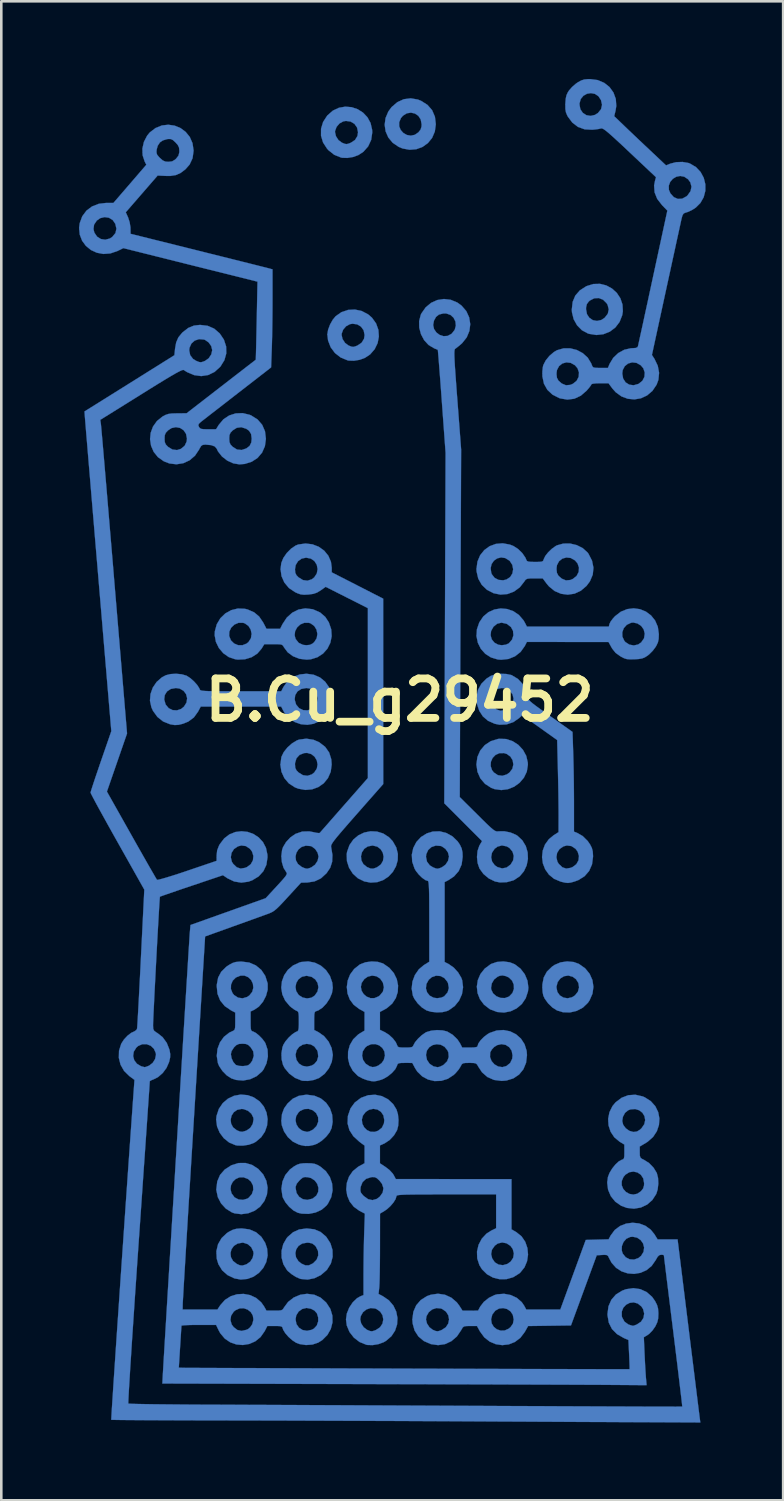
<source format=kicad_pcb>
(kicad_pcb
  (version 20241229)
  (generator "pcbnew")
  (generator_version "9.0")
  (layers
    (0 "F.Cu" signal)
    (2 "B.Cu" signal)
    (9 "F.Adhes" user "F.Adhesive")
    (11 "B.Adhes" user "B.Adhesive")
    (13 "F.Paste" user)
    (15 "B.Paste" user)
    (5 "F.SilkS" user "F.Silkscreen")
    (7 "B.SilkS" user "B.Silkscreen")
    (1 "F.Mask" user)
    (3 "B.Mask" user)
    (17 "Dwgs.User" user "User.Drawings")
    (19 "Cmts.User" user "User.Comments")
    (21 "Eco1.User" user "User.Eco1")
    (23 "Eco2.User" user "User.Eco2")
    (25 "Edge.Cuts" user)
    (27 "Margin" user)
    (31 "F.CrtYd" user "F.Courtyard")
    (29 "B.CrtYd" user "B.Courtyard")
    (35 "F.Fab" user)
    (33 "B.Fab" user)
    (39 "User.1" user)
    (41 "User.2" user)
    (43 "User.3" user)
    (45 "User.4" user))
  (footprint "B.Cu_g29452"
    (layer "F.Cu")
    (at 12.385 23.985)
    (property "Reference" "B.Cu_g29452" (at 0 0 0) (layer "F.SilkS") (effects (font (size 1.524 1.524) (thickness 0.3))))
    (attr through_hole)
    (fp_poly (pts (xy 0.701 -23.191) (xy 0.827 -23.141) (xy 1.074 -22.984) (xy 1.253 -22.779) (xy 1.361 -22.528) (xy 1.396 -22.237) (xy 1.357 -21.954) (xy 1.252 -21.709) (xy 1.09 -21.51) (xy 0.884 -21.362) (xy 0.644 -21.273) (xy 0.384 -21.251) (xy 0.113 -21.301) (xy -0.038 -21.363) (xy -0.27 -21.521) (xy -0.439 -21.725) (xy -0.543 -21.961) (xy -0.58 -22.216) (xy -0.567 -22.314) (xy -0.02 -22.314) (xy -0.019 -22.156) (xy 0.04 -22.014) (xy 0.143 -21.899) (xy 0.277 -21.823) (xy 0.428 -21.796) (xy 0.584 -21.829) (xy 0.723 -21.925) (xy 0.808 -22.032) (xy 0.843 -22.148) (xy 0.847 -22.237) (xy 0.812 -22.422) (xy 0.72 -22.562) (xy 0.588 -22.651) (xy 0.434 -22.685) (xy 0.274 -22.659) (xy 0.126 -22.566) (xy 0.05 -22.478) (xy -0.02 -22.314) (xy -0.567 -22.314) (xy -0.546 -22.476) (xy -0.439 -22.727) (xy -0.313 -22.899) (xy -0.09 -23.09) (xy 0.159 -23.204) (xy 0.426 -23.238) (xy 0.701 -23.191)) (stroke (width 0.01) (type solid)) (fill yes) (layer "B.Cu"))
    (fp_poly (pts (xy -5.693 17.956) (xy -5.459 18.109) (xy -5.268 18.323) (xy -5.148 18.568) (xy -5.1 18.829) (xy -5.125 19.092) (xy -5.223 19.344) (xy -5.392 19.567) (xy -5.602 19.722) (xy -5.85 19.82) (xy -6.115 19.855) (xy -6.371 19.824) (xy -6.477 19.787) (xy -6.711 19.642) (xy -6.897 19.44) (xy -7.023 19.197) (xy -7.079 18.931) (xy -7.08 18.891) (xy -6.533 18.891) (xy -6.493 19.049) (xy -6.384 19.196) (xy -6.37 19.209) (xy -6.222 19.286) (xy -6.05 19.302) (xy -5.886 19.255) (xy -5.832 19.221) (xy -5.708 19.078) (xy -5.653 18.912) (xy -5.666 18.743) (xy -5.747 18.591) (xy -5.857 18.497) (xy -6.03 18.43) (xy -6.192 18.434) (xy -6.333 18.495) (xy -6.444 18.601) (xy -6.514 18.738) (xy -6.533 18.891) (xy -7.08 18.891) (xy -7.08 18.884) (xy -7.045 18.59) (xy -6.937 18.338) (xy -6.757 18.131) (xy -6.506 17.97) (xy -6.498 17.966) (xy -6.225 17.88) (xy -5.954 17.877) (xy -5.693 17.956)) (stroke (width 0.01) (type solid)) (fill yes) (layer "B.Cu"))
    (fp_poly (pts (xy 4.109 1.504) (xy 4.359 1.586) (xy 4.581 1.729) (xy 4.761 1.923) (xy 4.888 2.155) (xy 4.948 2.415) (xy 4.951 2.503) (xy 4.909 2.766) (xy 4.797 2.999) (xy 4.63 3.195) (xy 4.421 3.346) (xy 4.181 3.442) (xy 3.925 3.476) (xy 3.666 3.44) (xy 3.535 3.391) (xy 3.296 3.236) (xy 3.116 3.026) (xy 3.003 2.771) (xy 2.972 2.545) (xy 3.512 2.545) (xy 3.566 2.705) (xy 3.637 2.797) (xy 3.793 2.901) (xy 3.966 2.925) (xy 4.14 2.871) (xy 4.243 2.797) (xy 4.352 2.652) (xy 4.39 2.488) (xy 4.363 2.326) (xy 4.277 2.184) (xy 4.137 2.082) (xy 4.029 2.048) (xy 3.851 2.051) (xy 3.701 2.119) (xy 3.589 2.235) (xy 3.523 2.383) (xy 3.512 2.545) (xy 2.972 2.545) (xy 2.963 2.485) (xy 2.963 2.483) (xy 3.002 2.197) (xy 3.113 1.946) (xy 3.287 1.74) (xy 3.515 1.589) (xy 3.788 1.504) (xy 3.842 1.496) (xy 4.109 1.504)) (stroke (width 0.01) (type solid)) (fill yes) (layer "B.Cu"))
    (fp_poly (pts (xy -3.324 1.535) (xy -3.107 1.63) (xy -2.879 1.806) (xy -2.724 2.025) (xy -2.641 2.289) (xy -2.626 2.492) (xy -2.664 2.773) (xy -2.771 3.015) (xy -2.933 3.214) (xy -3.141 3.36) (xy -3.381 3.448) (xy -3.644 3.471) (xy -3.918 3.421) (xy -4.048 3.37) (xy -4.281 3.218) (xy -4.455 3.012) (xy -4.566 2.768) (xy -4.607 2.498) (xy -4.605 2.483) (xy -4.043 2.483) (xy -4.032 2.618) (xy -3.987 2.713) (xy -3.905 2.797) (xy -3.736 2.901) (xy -3.561 2.925) (xy -3.393 2.871) (xy -3.299 2.797) (xy -3.2 2.648) (xy -3.171 2.486) (xy -3.202 2.327) (xy -3.286 2.188) (xy -3.413 2.087) (xy -3.574 2.041) (xy -3.691 2.048) (xy -3.867 2.118) (xy -3.986 2.248) (xy -4.04 2.428) (xy -4.043 2.483) (xy -4.605 2.483) (xy -4.571 2.215) (xy -4.563 2.185) (xy -4.477 2.009) (xy -4.334 1.83) (xy -4.157 1.673) (xy -3.971 1.559) (xy -3.883 1.527) (xy -3.604 1.491) (xy -3.324 1.535)) (stroke (width 0.01) (type solid)) (fill yes) (layer "B.Cu"))
    (fp_poly (pts (xy 6.723 10.117) (xy 6.921 10.189) (xy 7.161 10.359) (xy 7.336 10.572) (xy 7.444 10.815) (xy 7.482 11.075) (xy 7.446 11.339) (xy 7.334 11.595) (xy 7.27 11.69) (xy 7.077 11.876) (xy 6.839 12.002) (xy 6.576 12.064) (xy 6.306 12.056) (xy 6.075 11.986) (xy 5.899 11.874) (xy 5.732 11.712) (xy 5.601 11.53) (xy 5.546 11.41) (xy 5.52 11.278) (xy 5.509 11.106) (xy 5.509 11.098) (xy 6.054 11.098) (xy 6.09 11.273) (xy 6.185 11.406) (xy 6.323 11.49) (xy 6.484 11.517) (xy 6.652 11.479) (xy 6.769 11.406) (xy 6.884 11.261) (xy 6.927 11.095) (xy 6.902 10.928) (xy 6.809 10.78) (xy 6.683 10.686) (xy 6.512 10.639) (xy 6.347 10.665) (xy 6.204 10.753) (xy 6.101 10.89) (xy 6.055 11.067) (xy 6.054 11.098) (xy 5.509 11.098) (xy 5.511 10.982) (xy 5.563 10.714) (xy 5.686 10.487) (xy 5.883 10.296) (xy 5.984 10.227) (xy 6.212 10.13) (xy 6.468 10.093) (xy 6.723 10.117)) (stroke (width 0.01) (type solid)) (fill yes) (layer "B.Cu"))
    (fp_poly (pts (xy 7.98 -16.012) (xy 8.199 -15.893) (xy 8.384 -15.725) (xy 8.522 -15.517) (xy 8.604 -15.276) (xy 8.619 -15.013) (xy 8.595 -14.864) (xy 8.492 -14.602) (xy 8.328 -14.387) (xy 8.115 -14.227) (xy 7.867 -14.128) (xy 7.597 -14.098) (xy 7.317 -14.142) (xy 7.265 -14.159) (xy 7.035 -14.284) (xy 6.85 -14.472) (xy 6.719 -14.707) (xy 6.653 -14.975) (xy 6.647 -15.083) (xy 6.648 -15.091) (xy 7.197 -15.091) (xy 7.232 -14.904) (xy 7.325 -14.761) (xy 7.46 -14.671) (xy 7.619 -14.641) (xy 7.787 -14.678) (xy 7.917 -14.764) (xy 8.037 -14.918) (xy 8.074 -15.087) (xy 8.03 -15.261) (xy 7.993 -15.323) (xy 7.856 -15.46) (xy 7.69 -15.525) (xy 7.514 -15.516) (xy 7.347 -15.431) (xy 7.299 -15.388) (xy 7.228 -15.291) (xy 7.199 -15.166) (xy 7.197 -15.091) (xy 6.648 -15.091) (xy 6.68 -15.376) (xy 6.783 -15.621) (xy 6.958 -15.822) (xy 7.205 -15.98) (xy 7.218 -15.986) (xy 7.478 -16.067) (xy 7.736 -16.073) (xy 7.98 -16.012)) (stroke (width 0.01) (type solid)) (fill yes) (layer "B.Cu"))
    (fp_poly (pts (xy -0.876 5.079) (xy -0.634 5.154) (xy -0.414 5.297) (xy -0.269 5.451) (xy -0.132 5.691) (xy -0.07 5.939) (xy -0.076 6.186) (xy -0.143 6.421) (xy -0.262 6.633) (xy -0.427 6.813) (xy -0.63 6.949) (xy -0.864 7.032) (xy -1.122 7.05) (xy -1.369 7.003) (xy -1.613 6.884) (xy -1.811 6.703) (xy -1.955 6.477) (xy -2.037 6.221) (xy -2.043 6.033) (xy -1.495 6.033) (xy -1.478 6.191) (xy -1.403 6.335) (xy -1.265 6.447) (xy -1.254 6.452) (xy -1.126 6.505) (xy -1.024 6.511) (xy -0.904 6.47) (xy -0.87 6.454) (xy -0.725 6.347) (xy -0.644 6.206) (xy -0.621 6.049) (xy -0.653 5.894) (xy -0.736 5.759) (xy -0.865 5.661) (xy -1.037 5.619) (xy -1.058 5.619) (xy -1.235 5.654) (xy -1.369 5.746) (xy -1.457 5.879) (xy -1.495 6.033) (xy -2.043 6.033) (xy -2.046 5.95) (xy -2.032 5.862) (xy -1.939 5.6) (xy -1.789 5.386) (xy -1.595 5.224) (xy -1.369 5.116) (xy -1.125 5.067) (xy -0.876 5.079)) (stroke (width 0.01) (type solid)) (fill yes) (layer "B.Cu"))
    (fp_poly (pts (xy 4.256 10.129) (xy 4.443 10.203) (xy 4.664 10.371) (xy 4.831 10.588) (xy 4.936 10.839) (xy 4.97 11.105) (xy 4.955 11.251) (xy 4.867 11.517) (xy 4.717 11.738) (xy 4.518 11.907) (xy 4.285 12.019) (xy 4.029 12.068) (xy 3.765 12.046) (xy 3.505 11.949) (xy 3.482 11.937) (xy 3.258 11.765) (xy 3.1 11.554) (xy 3.007 11.317) (xy 2.985 11.116) (xy 3.528 11.116) (xy 3.536 11.179) (xy 3.608 11.328) (xy 3.736 11.439) (xy 3.896 11.502) (xy 4.066 11.508) (xy 4.222 11.45) (xy 4.228 11.446) (xy 4.354 11.313) (xy 4.412 11.154) (xy 4.406 10.988) (xy 4.34 10.835) (xy 4.216 10.714) (xy 4.1 10.661) (xy 3.972 10.634) (xy 3.867 10.648) (xy 3.785 10.682) (xy 3.647 10.79) (xy 3.557 10.944) (xy 3.528 11.116) (xy 2.985 11.116) (xy 2.979 11.067) (xy 3.017 10.817) (xy 3.118 10.581) (xy 3.284 10.371) (xy 3.513 10.201) (xy 3.535 10.189) (xy 3.755 10.114) (xy 4.007 10.094) (xy 4.256 10.129)) (stroke (width 0.01) (type solid)) (fill yes) (layer "B.Cu"))
    (fp_poly (pts (xy -5.867 15.259) (xy -5.632 15.345) (xy -5.406 15.502) (xy -5.243 15.702) (xy -5.141 15.933) (xy -5.1 16.181) (xy -5.121 16.431) (xy -5.204 16.669) (xy -5.348 16.883) (xy -5.553 17.057) (xy -5.635 17.104) (xy -5.825 17.172) (xy -6.049 17.207) (xy -6.262 17.204) (xy -6.34 17.19) (xy -6.584 17.088) (xy -6.791 16.922) (xy -6.951 16.709) (xy -7.053 16.465) (xy -7.087 16.205) (xy -7.087 16.204) (xy -6.528 16.204) (xy -6.509 16.361) (xy -6.433 16.503) (xy -6.294 16.611) (xy -6.291 16.612) (xy -6.172 16.663) (xy -6.076 16.673) (xy -5.962 16.641) (xy -5.903 16.617) (xy -5.767 16.518) (xy -5.675 16.369) (xy -5.644 16.199) (xy -5.652 16.126) (xy -5.725 15.978) (xy -5.856 15.863) (xy -6.022 15.798) (xy -6.103 15.79) (xy -6.275 15.825) (xy -6.407 15.918) (xy -6.492 16.05) (xy -6.528 16.204) (xy -7.087 16.204) (xy -7.073 16.059) (xy -6.984 15.789) (xy -6.832 15.565) (xy -6.632 15.394) (xy -6.396 15.282) (xy -6.137 15.235) (xy -5.867 15.259)) (stroke (width 0.01) (type solid)) (fill yes) (layer "B.Cu"))
    (fp_poly (pts (xy -5.8 20.443) (xy -5.547 20.552) (xy -5.342 20.728) (xy -5.193 20.962) (xy -5.12 21.18) (xy -5.099 21.449) (xy -5.152 21.702) (xy -5.267 21.929) (xy -5.434 22.12) (xy -5.641 22.266) (xy -5.879 22.355) (xy -6.137 22.379) (xy -6.383 22.334) (xy -6.647 22.208) (xy -6.856 22.023) (xy -7.001 21.786) (xy -7.065 21.574) (xy -7.075 21.359) (xy -6.534 21.359) (xy -6.516 21.516) (xy -6.436 21.66) (xy -6.289 21.776) (xy -6.286 21.777) (xy -6.172 21.828) (xy -6.078 21.838) (xy -5.965 21.807) (xy -5.903 21.782) (xy -5.77 21.686) (xy -5.678 21.542) (xy -5.643 21.38) (xy -5.651 21.298) (xy -5.731 21.132) (xy -5.866 21.012) (xy -6.034 20.957) (xy -6.073 20.955) (xy -6.26 20.989) (xy -6.402 21.079) (xy -6.495 21.208) (xy -6.534 21.359) (xy -7.075 21.359) (xy -7.079 21.284) (xy -7.015 21.015) (xy -6.877 20.777) (xy -6.671 20.583) (xy -6.585 20.528) (xy -6.439 20.455) (xy -6.303 20.418) (xy -6.134 20.405) (xy -6.092 20.405) (xy -5.8 20.443)) (stroke (width 0.01) (type solid)) (fill yes) (layer "B.Cu"))
    (fp_poly (pts (xy -1.465 -15.024) (xy -1.222 -14.897) (xy -1.071 -14.767) (xy -0.911 -14.544) (xy -0.822 -14.296) (xy -0.804 -14.038) (xy -0.852 -13.784) (xy -0.966 -13.55) (xy -1.141 -13.349) (xy -1.34 -13.216) (xy -1.542 -13.141) (xy -1.765 -13.104) (xy -1.968 -13.11) (xy -2.011 -13.119) (xy -2.277 -13.228) (xy -2.499 -13.401) (xy -2.665 -13.624) (xy -2.766 -13.886) (xy -2.792 -14.105) (xy -2.244 -14.105) (xy -2.207 -13.943) (xy -2.112 -13.795) (xy -1.98 -13.695) (xy -1.976 -13.693) (xy -1.866 -13.649) (xy -1.791 -13.638) (xy -1.707 -13.661) (xy -1.634 -13.69) (xy -1.471 -13.798) (xy -1.377 -13.951) (xy -1.355 -14.097) (xy -1.392 -14.279) (xy -1.493 -14.42) (xy -1.641 -14.509) (xy -1.82 -14.533) (xy -1.923 -14.516) (xy -2.069 -14.437) (xy -2.182 -14.306) (xy -2.24 -14.15) (xy -2.244 -14.105) (xy -2.792 -14.105) (xy -2.794 -14.123) (xy -2.764 -14.302) (xy -2.688 -14.504) (xy -2.581 -14.693) (xy -2.471 -14.825) (xy -2.246 -14.982) (xy -1.993 -15.067) (xy -1.727 -15.081) (xy -1.465 -15.024)) (stroke (width 0.01) (type solid)) (fill yes) (layer "B.Cu"))
    (fp_poly (pts (xy -3.291 15.28) (xy -3.043 15.386) (xy -2.842 15.55) (xy -2.694 15.763) (xy -2.607 16.014) (xy -2.589 16.293) (xy -2.629 16.531) (xy -2.708 16.697) (xy -2.844 16.867) (xy -3.013 17.021) (xy -3.194 17.135) (xy -3.313 17.18) (xy -3.497 17.218) (xy -3.65 17.221) (xy -3.816 17.188) (xy -3.898 17.164) (xy -4.124 17.053) (xy -4.319 16.878) (xy -4.466 16.659) (xy -4.554 16.416) (xy -4.571 16.256) (xy -4.568 16.227) (xy -4.023 16.227) (xy -3.988 16.389) (xy -3.898 16.529) (xy -3.761 16.631) (xy -3.585 16.676) (xy -3.573 16.677) (xy -3.481 16.655) (xy -3.367 16.599) (xy -3.341 16.583) (xy -3.21 16.449) (xy -3.144 16.28) (xy -3.15 16.107) (xy -3.228 15.948) (xy -3.358 15.84) (xy -3.518 15.787) (xy -3.688 15.796) (xy -3.847 15.87) (xy -3.898 15.914) (xy -3.996 16.063) (xy -4.023 16.227) (xy -4.568 16.227) (xy -4.546 15.991) (xy -4.463 15.768) (xy -4.331 15.581) (xy -4.129 15.395) (xy -3.898 15.285) (xy -3.625 15.243) (xy -3.577 15.242) (xy -3.291 15.28)) (stroke (width 0.01) (type solid)) (fill yes) (layer "B.Cu"))
    (fp_poly (pts (xy -1.856 -22.896) (xy -1.624 -22.818) (xy -1.417 -22.687) (xy -1.246 -22.507) (xy -1.124 -22.284) (xy -1.064 -22.022) (xy -1.059 -21.919) (xy -1.1 -21.636) (xy -1.216 -21.384) (xy -1.399 -21.176) (xy -1.594 -21.047) (xy -1.796 -20.973) (xy -2.019 -20.936) (xy -2.222 -20.942) (xy -2.265 -20.951) (xy -2.528 -21.057) (xy -2.753 -21.236) (xy -2.804 -21.292) (xy -2.96 -21.534) (xy -3.038 -21.795) (xy -3.037 -21.937) (xy -2.498 -21.937) (xy -2.461 -21.775) (xy -2.366 -21.627) (xy -2.234 -21.527) (xy -2.23 -21.525) (xy -2.12 -21.48) (xy -2.045 -21.47) (xy -1.961 -21.492) (xy -1.888 -21.522) (xy -1.725 -21.629) (xy -1.631 -21.783) (xy -1.609 -21.929) (xy -1.646 -22.11) (xy -1.747 -22.252) (xy -1.895 -22.34) (xy -2.074 -22.365) (xy -2.177 -22.348) (xy -2.323 -22.269) (xy -2.436 -22.137) (xy -2.494 -21.982) (xy -2.498 -21.937) (xy -3.037 -21.937) (xy -3.037 -22.062) (xy -2.958 -22.324) (xy -2.8 -22.568) (xy -2.787 -22.582) (xy -2.579 -22.764) (xy -2.346 -22.873) (xy -2.101 -22.916) (xy -1.856 -22.896)) (stroke (width 0.01) (type solid)) (fill yes) (layer "B.Cu"))
    (fp_poly (pts (xy -3.294 20.439) (xy -3.056 20.54) (xy -2.851 20.713) (xy -2.83 20.737) (xy -2.675 20.977) (xy -2.595 21.236) (xy -2.589 21.502) (xy -2.657 21.758) (xy -2.801 21.991) (xy -2.826 22.019) (xy -3.043 22.206) (xy -3.292 22.328) (xy -3.555 22.38) (xy -3.814 22.357) (xy -3.852 22.347) (xy -4.006 22.279) (xy -4.175 22.171) (xy -4.318 22.052) (xy -4.352 22.015) (xy -4.49 21.79) (xy -4.56 21.534) (xy -4.561 21.363) (xy -4.029 21.363) (xy -4.003 21.521) (xy -3.912 21.668) (xy -3.797 21.761) (xy -3.643 21.831) (xy -3.505 21.829) (xy -3.354 21.756) (xy -3.341 21.748) (xy -3.208 21.613) (xy -3.144 21.448) (xy -3.154 21.273) (xy -3.237 21.106) (xy -3.281 21.057) (xy -3.378 20.986) (xy -3.503 20.958) (xy -3.578 20.955) (xy -3.765 20.989) (xy -3.906 21.08) (xy -3.995 21.21) (xy -4.029 21.363) (xy -4.561 21.363) (xy -4.562 21.268) (xy -4.496 21.009) (xy -4.363 20.778) (xy -4.326 20.734) (xy -4.117 20.552) (xy -3.882 20.445) (xy -3.605 20.407) (xy -3.577 20.407) (xy -3.294 20.439)) (stroke (width 0.01) (type solid)) (fill yes) (layer "B.Cu"))
    (fp_poly (pts (xy -3.402 17.891) (xy -3.276 17.912) (xy -3.163 17.958) (xy -3.067 18.014) (xy -2.85 18.194) (xy -2.697 18.417) (xy -2.61 18.669) (xy -2.591 18.935) (xy -2.644 19.199) (xy -2.77 19.447) (xy -2.828 19.523) (xy -3.014 19.683) (xy -3.25 19.791) (xy -3.514 19.843) (xy -3.786 19.834) (xy -3.937 19.799) (xy -4.101 19.713) (xy -4.266 19.572) (xy -4.41 19.399) (xy -4.509 19.22) (xy -4.527 19.167) (xy -4.567 18.877) (xy -4.563 18.845) (xy -4.02 18.845) (xy -3.982 19.037) (xy -3.883 19.183) (xy -3.739 19.275) (xy -3.566 19.303) (xy -3.378 19.257) (xy -3.35 19.244) (xy -3.217 19.135) (xy -3.147 18.994) (xy -3.137 18.838) (xy -3.183 18.686) (xy -3.279 18.554) (xy -3.423 18.46) (xy -3.544 18.428) (xy -3.659 18.42) (xy -3.741 18.442) (xy -3.827 18.51) (xy -3.872 18.554) (xy -3.974 18.675) (xy -4.016 18.786) (xy -4.02 18.845) (xy -4.563 18.845) (xy -4.529 18.599) (xy -4.419 18.345) (xy -4.241 18.13) (xy -4.087 18.014) (xy -3.961 17.943) (xy -3.848 17.905) (xy -3.713 17.888) (xy -3.577 17.886) (xy -3.402 17.891)) (stroke (width 0.01) (type solid)) (fill yes) (layer "B.Cu"))
    (fp_poly (pts (xy -3.368 -3.509) (xy -3.332 -3.498) (xy -3.073 -3.383) (xy -2.874 -3.212) (xy -2.735 -2.999) (xy -2.643 -2.73) (xy -2.626 -2.464) (xy -2.678 -2.211) (xy -2.791 -1.984) (xy -2.959 -1.795) (xy -3.175 -1.654) (xy -3.431 -1.574) (xy -3.594 -1.561) (xy -3.87 -1.594) (xy -4.119 -1.692) (xy -4.325 -1.844) (xy -4.469 -2.037) (xy -4.503 -2.097) (xy -4.545 -2.133) (xy -4.613 -2.151) (xy -4.728 -2.157) (xy -4.88 -2.158) (xy -5.228 -2.157) (xy -5.334 -1.984) (xy -5.499 -1.793) (xy -5.718 -1.654) (xy -5.975 -1.575) (xy -6.251 -1.562) (xy -6.35 -1.575) (xy -6.598 -1.658) (xy -6.812 -1.808) (xy -6.982 -2.009) (xy -7.097 -2.246) (xy -7.14 -2.476) (xy -6.586 -2.476) (xy -6.517 -2.306) (xy -6.395 -2.185) (xy -6.241 -2.12) (xy -6.073 -2.117) (xy -5.91 -2.182) (xy -5.839 -2.24) (xy -5.745 -2.387) (xy -5.727 -2.496) (xy -4.057 -2.496) (xy -4.017 -2.357) (xy -3.9 -2.21) (xy -3.734 -2.132) (xy -3.606 -2.118) (xy -3.464 -2.132) (xy -3.356 -2.188) (xy -3.299 -2.24) (xy -3.205 -2.387) (xy -3.178 -2.553) (xy -3.212 -2.719) (xy -3.3 -2.861) (xy -3.437 -2.96) (xy -3.51 -2.984) (xy -3.683 -2.984) (xy -3.838 -2.92) (xy -3.961 -2.805) (xy -4.038 -2.659) (xy -4.057 -2.496) (xy -5.727 -2.496) (xy -5.718 -2.553) (xy -5.752 -2.719) (xy -5.84 -2.861) (xy -5.977 -2.96) (xy -6.05 -2.984) (xy -6.224 -2.983) (xy -6.381 -2.916) (xy -6.506 -2.798) (xy -6.579 -2.645) (xy -6.586 -2.476) (xy -7.14 -2.476) (xy -7.145 -2.503) (xy -7.138 -2.657) (xy -7.063 -2.929) (xy -6.924 -3.161) (xy -6.734 -3.345) (xy -6.505 -3.472) (xy -6.25 -3.535) (xy -5.982 -3.525) (xy -5.872 -3.498) (xy -5.622 -3.389) (xy -5.426 -3.225) (xy -5.27 -2.993) (xy -5.267 -2.988) (xy -5.144 -2.752) (xy -4.88 -2.752) (xy -4.616 -2.752) (xy -4.526 -2.932) (xy -4.359 -3.185) (xy -4.149 -3.374) (xy -3.907 -3.495) (xy -3.643 -3.541) (xy -3.368 -3.509)) (stroke (width 0.01) (type solid)) (fill yes) (layer "B.Cu"))
    (fp_poly (pts (xy 9.281 -3.509) (xy 9.509 -3.416) (xy 9.707 -3.268) (xy 9.864 -3.072) (xy 9.969 -2.83) (xy 10.008 -2.55) (xy 10.008 -2.533) (xy 10.001 -2.358) (xy 9.973 -2.228) (xy 9.915 -2.104) (xy 9.881 -2.047) (xy 9.772 -1.902) (xy 9.636 -1.766) (xy 9.573 -1.716) (xy 9.465 -1.647) (xy 9.361 -1.607) (xy 9.232 -1.585) (xy 9.066 -1.575) (xy 8.892 -1.572) (xy 8.77 -1.582) (xy 8.667 -1.614) (xy 8.551 -1.674) (xy 8.519 -1.693) (xy 8.338 -1.823) (xy 8.208 -1.985) (xy 8.18 -2.033) (xy 8.065 -2.242) (xy 6.488 -2.243) (xy 4.912 -2.244) (xy 4.831 -2.085) (xy 4.67 -1.859) (xy 4.455 -1.69) (xy 4.201 -1.587) (xy 3.921 -1.556) (xy 3.789 -1.567) (xy 3.525 -1.646) (xy 3.305 -1.787) (xy 3.134 -1.98) (xy 3.019 -2.21) (xy 2.966 -2.465) (xy 2.968 -2.499) (xy 3.511 -2.499) (xy 3.557 -2.343) (xy 3.659 -2.216) (xy 3.809 -2.136) (xy 3.944 -2.118) (xy 4.1 -2.138) (xy 4.215 -2.19) (xy 4.218 -2.192) (xy 4.341 -2.337) (xy 4.393 -2.503) (xy 4.382 -2.619) (xy 8.596 -2.619) (xy 8.6 -2.451) (xy 8.673 -2.292) (xy 8.717 -2.24) (xy 8.869 -2.141) (xy 9.041 -2.109) (xy 9.209 -2.146) (xy 9.326 -2.226) (xy 9.437 -2.386) (xy 9.464 -2.564) (xy 9.423 -2.728) (xy 9.326 -2.864) (xy 9.182 -2.958) (xy 9.019 -2.994) (xy 8.937 -2.985) (xy 8.77 -2.906) (xy 8.655 -2.778) (xy 8.596 -2.619) (xy 4.382 -2.619) (xy 4.378 -2.671) (xy 4.297 -2.82) (xy 4.152 -2.933) (xy 4.12 -2.948) (xy 3.932 -2.989) (xy 3.764 -2.948) (xy 3.621 -2.83) (xy 3.53 -2.667) (xy 3.511 -2.499) (xy 2.968 -2.499) (xy 2.983 -2.733) (xy 3.074 -2.999) (xy 3.229 -3.228) (xy 3.428 -3.394) (xy 3.657 -3.497) (xy 3.903 -3.538) (xy 4.151 -3.516) (xy 4.389 -3.433) (xy 4.604 -3.287) (xy 4.783 -3.079) (xy 4.843 -2.974) (xy 4.913 -2.836) (xy 8.076 -2.836) (xy 8.104 -2.945) (xy 8.148 -3.033) (xy 8.234 -3.148) (xy 8.317 -3.239) (xy 8.542 -3.413) (xy 8.786 -3.512) (xy 9.037 -3.543) (xy 9.281 -3.509)) (stroke (width 0.01) (type solid)) (fill yes) (layer "B.Cu"))
    (fp_poly (pts (xy 9.383 15.306) (xy 9.463 15.34) (xy 9.699 15.491) (xy 9.873 15.686) (xy 9.983 15.913) (xy 10.03 16.158) (xy 10.013 16.408) (xy 9.932 16.65) (xy 9.787 16.871) (xy 9.576 17.058) (xy 9.513 17.098) (xy 9.271 17.242) (xy 9.271 17.462) (xy 9.274 17.592) (xy 9.296 17.667) (xy 9.352 17.716) (xy 9.442 17.76) (xy 9.633 17.882) (xy 9.804 18.059) (xy 9.927 18.259) (xy 9.932 18.273) (xy 9.978 18.456) (xy 9.988 18.677) (xy 9.963 18.898) (xy 9.91 19.071) (xy 9.757 19.308) (xy 9.554 19.485) (xy 9.313 19.598) (xy 9.049 19.642) (xy 8.775 19.612) (xy 8.556 19.531) (xy 8.326 19.372) (xy 8.154 19.16) (xy 8.048 18.911) (xy 8.014 18.639) (xy 8.022 18.58) (xy 8.574 18.58) (xy 8.575 18.738) (xy 8.633 18.88) (xy 8.736 18.995) (xy 8.87 19.071) (xy 9.022 19.098) (xy 9.178 19.065) (xy 9.317 18.969) (xy 9.402 18.862) (xy 9.436 18.746) (xy 9.44 18.657) (xy 9.406 18.472) (xy 9.314 18.332) (xy 9.182 18.243) (xy 9.027 18.209) (xy 8.867 18.235) (xy 8.719 18.328) (xy 8.644 18.416) (xy 8.574 18.58) (xy 8.022 18.58) (xy 8.042 18.42) (xy 8.103 18.262) (xy 8.204 18.095) (xy 8.328 17.94) (xy 8.456 17.819) (xy 8.573 17.755) (xy 8.577 17.754) (xy 8.631 17.734) (xy 8.661 17.694) (xy 8.675 17.614) (xy 8.677 17.472) (xy 8.677 17.447) (xy 8.676 17.166) (xy 8.491 17.054) (xy 8.288 16.885) (xy 8.146 16.671) (xy 8.066 16.428) (xy 8.056 16.258) (xy 8.594 16.258) (xy 8.632 16.404) (xy 8.731 16.537) (xy 8.869 16.636) (xy 9.023 16.679) (xy 9.038 16.679) (xy 9.162 16.662) (xy 9.272 16.597) (xy 9.339 16.535) (xy 9.446 16.381) (xy 9.481 16.221) (xy 9.454 16.069) (xy 9.374 15.938) (xy 9.251 15.842) (xy 9.095 15.794) (xy 8.917 15.808) (xy 8.825 15.841) (xy 8.703 15.94) (xy 8.621 16.093) (xy 8.594 16.258) (xy 8.056 16.258) (xy 8.051 16.172) (xy 8.101 15.917) (xy 8.218 15.679) (xy 8.338 15.535) (xy 8.57 15.359) (xy 8.828 15.26) (xy 9.103 15.242) (xy 9.383 15.306)) (stroke (width 0.01) (type solid)) (fill yes) (layer "B.Cu"))
    (fp_poly (pts (xy 4.254 -6.004) (xy 4.39 -5.951) (xy 4.571 -5.835) (xy 4.734 -5.676) (xy 4.855 -5.5) (xy 4.891 -5.414) (xy 4.915 -5.372) (xy 4.968 -5.348) (xy 5.068 -5.337) (xy 5.226 -5.334) (xy 5.386 -5.336) (xy 5.481 -5.345) (xy 5.531 -5.369) (xy 5.555 -5.412) (xy 5.563 -5.441) (xy 5.623 -5.564) (xy 5.734 -5.705) (xy 5.874 -5.84) (xy 6.021 -5.946) (xy 6.075 -5.975) (xy 6.319 -6.043) (xy 6.58 -6.045) (xy 6.837 -5.984) (xy 7.068 -5.868) (xy 7.253 -5.701) (xy 7.29 -5.652) (xy 7.428 -5.383) (xy 7.483 -5.111) (xy 7.456 -4.843) (xy 7.347 -4.586) (xy 7.214 -4.407) (xy 6.995 -4.221) (xy 6.75 -4.108) (xy 6.492 -4.07) (xy 6.233 -4.104) (xy 5.987 -4.209) (xy 5.767 -4.387) (xy 5.673 -4.499) (xy 5.525 -4.699) (xy 5.206 -4.699) (xy 5.042 -4.697) (xy 4.941 -4.687) (xy 4.88 -4.662) (xy 4.838 -4.615) (xy 4.815 -4.578) (xy 4.638 -4.353) (xy 4.415 -4.19) (xy 4.162 -4.094) (xy 3.892 -4.072) (xy 3.625 -4.126) (xy 3.369 -4.259) (xy 3.169 -4.451) (xy 3.034 -4.69) (xy 2.97 -4.966) (xy 2.965 -5.059) (xy 2.97 -5.092) (xy 3.512 -5.092) (xy 3.537 -4.912) (xy 3.559 -4.857) (xy 3.664 -4.721) (xy 3.817 -4.641) (xy 3.996 -4.625) (xy 4.125 -4.656) (xy 4.266 -4.749) (xy 4.353 -4.889) (xy 4.382 -5.053) (xy 4.378 -5.073) (xy 6.055 -5.073) (xy 6.072 -4.913) (xy 6.133 -4.798) (xy 6.256 -4.692) (xy 6.264 -4.686) (xy 6.421 -4.621) (xy 6.591 -4.637) (xy 6.69 -4.679) (xy 6.833 -4.794) (xy 6.912 -4.947) (xy 6.924 -5.115) (xy 6.868 -5.279) (xy 6.769 -5.395) (xy 6.605 -5.487) (xy 6.437 -5.506) (xy 6.28 -5.461) (xy 6.154 -5.36) (xy 6.074 -5.21) (xy 6.055 -5.073) (xy 4.378 -5.073) (xy 4.35 -5.22) (xy 4.254 -5.368) (xy 4.234 -5.387) (xy 4.076 -5.484) (xy 3.916 -5.508) (xy 3.766 -5.471) (xy 3.639 -5.382) (xy 3.55 -5.252) (xy 3.512 -5.092) (xy 2.97 -5.092) (xy 3.003 -5.345) (xy 3.107 -5.592) (xy 3.268 -5.793) (xy 3.474 -5.942) (xy 3.715 -6.031) (xy 3.978 -6.054) (xy 4.254 -6.004)) (stroke (width 0.01) (type solid)) (fill yes) (layer "B.Cu"))
    (fp_poly (pts (xy -3.32 -0.978) (xy -3.078 -0.873) (xy -2.881 -0.712) (xy -2.735 -0.506) (xy -2.646 -0.268) (xy -2.623 -0.008) (xy -2.672 0.262) (xy -2.735 0.416) (xy -2.891 0.645) (xy -3.09 0.811) (xy -3.319 0.915) (xy -3.564 0.956) (xy -3.812 0.934) (xy -4.051 0.85) (xy -4.266 0.705) (xy -4.444 0.497) (xy -4.505 0.392) (xy -4.574 0.254) (xy -7.684 0.254) (xy -7.787 0.448) (xy -7.948 0.672) (xy -8.165 0.832) (xy -8.366 0.914) (xy -8.541 0.957) (xy -8.686 0.965) (xy -8.845 0.94) (xy -8.869 0.934) (xy -9.134 0.828) (xy -9.356 0.652) (xy -9.527 0.416) (xy -9.589 0.279) (xy -9.644 0.025) (xy -9.64 -0.022) (xy -9.094 -0.022) (xy -9.04 0.165) (xy -9.035 0.175) (xy -8.922 0.313) (xy -8.77 0.388) (xy -8.602 0.398) (xy -8.437 0.341) (xy -8.329 0.253) (xy -8.232 0.095) (xy -8.215 -0.022) (xy -4.056 -0.022) (xy -4.003 0.165) (xy -3.998 0.175) (xy -3.884 0.313) (xy -3.733 0.388) (xy -3.564 0.398) (xy -3.399 0.341) (xy -3.291 0.253) (xy -3.195 0.095) (xy -3.171 -0.071) (xy -3.211 -0.228) (xy -3.308 -0.357) (xy -3.455 -0.442) (xy -3.606 -0.465) (xy -3.8 -0.429) (xy -3.946 -0.334) (xy -4.034 -0.193) (xy -4.056 -0.022) (xy -8.215 -0.022) (xy -8.208 -0.071) (xy -8.249 -0.228) (xy -8.346 -0.357) (xy -8.493 -0.442) (xy -8.643 -0.465) (xy -8.838 -0.429) (xy -8.984 -0.334) (xy -9.072 -0.193) (xy -9.094 -0.022) (xy -9.64 -0.022) (xy -9.623 -0.234) (xy -9.535 -0.481) (xy -9.386 -0.7) (xy -9.185 -0.876) (xy -9.029 -0.959) (xy -8.85 -1.004) (xy -8.633 -1.016) (xy -8.417 -0.995) (xy -8.237 -0.943) (xy -8.219 -0.934) (xy -8.085 -0.846) (xy -7.945 -0.722) (xy -7.823 -0.586) (xy -7.742 -0.463) (xy -7.727 -0.428) (xy -7.718 -0.405) (xy -7.702 -0.386) (xy -7.671 -0.371) (xy -7.616 -0.36) (xy -7.529 -0.352) (xy -7.402 -0.346) (xy -7.227 -0.342) (xy -6.995 -0.34) (xy -6.699 -0.339) (xy -6.331 -0.339) (xy -6.136 -0.339) (xy -4.574 -0.339) (xy -4.49 -0.503) (xy -4.33 -0.73) (xy -4.116 -0.893) (xy -3.855 -0.989) (xy -3.598 -1.016) (xy -3.32 -0.978)) (stroke (width 0.01) (type solid)) (fill yes) (layer "B.Cu"))
    (fp_poly (pts (xy 1.808 5.136) (xy 2.046 5.27) (xy 2.243 5.463) (xy 2.328 5.59) (xy 2.394 5.732) (xy 2.425 5.881) (xy 2.432 6.054) (xy 2.393 6.349) (xy 2.28 6.604) (xy 2.096 6.813) (xy 1.873 6.96) (xy 1.736 7.03) (xy 1.736 10.116) (xy 1.9 10.2) (xy 2.09 10.334) (xy 2.258 10.519) (xy 2.38 10.726) (xy 2.414 10.819) (xy 2.448 11.09) (xy 2.406 11.357) (xy 2.296 11.604) (xy 2.126 11.815) (xy 1.903 11.975) (xy 1.832 12.008) (xy 1.654 12.052) (xy 1.437 12.062) (xy 1.218 12.039) (xy 1.037 11.986) (xy 0.861 11.874) (xy 0.694 11.712) (xy 0.563 11.53) (xy 0.508 11.41) (xy 0.463 11.145) (xy 0.464 11.132) (xy 1.013 11.132) (xy 1.058 11.288) (xy 1.16 11.415) (xy 1.31 11.495) (xy 1.447 11.514) (xy 1.602 11.493) (xy 1.718 11.442) (xy 1.72 11.44) (xy 1.851 11.289) (xy 1.9 11.119) (xy 1.866 10.934) (xy 1.841 10.878) (xy 1.725 10.735) (xy 1.573 10.657) (xy 1.404 10.644) (xy 1.24 10.701) (xy 1.124 10.8) (xy 1.033 10.963) (xy 1.013 11.132) (xy 0.464 11.132) (xy 0.492 10.874) (xy 0.588 10.617) (xy 0.743 10.394) (xy 0.936 10.234) (xy 1.143 10.105) (xy 1.143 8.545) (xy 1.142 8.127) (xy 1.141 7.787) (xy 1.138 7.517) (xy 1.133 7.312) (xy 1.126 7.163) (xy 1.117 7.063) (xy 1.105 7.006) (xy 1.091 6.986) (xy 1.088 6.985) (xy 0.991 6.952) (xy 0.869 6.866) (xy 0.743 6.744) (xy 0.632 6.606) (xy 0.575 6.51) (xy 0.483 6.241) (xy 0.473 6.054) (xy 1.016 6.054) (xy 1.054 6.24) (xy 1.164 6.384) (xy 1.286 6.459) (xy 1.394 6.502) (xy 1.469 6.513) (xy 1.553 6.49) (xy 1.628 6.459) (xy 1.768 6.36) (xy 1.867 6.211) (xy 1.905 6.045) (xy 1.905 6.045) (xy 1.866 5.888) (xy 1.767 5.747) (xy 1.627 5.65) (xy 1.584 5.635) (xy 1.395 5.62) (xy 1.228 5.676) (xy 1.1 5.791) (xy 1.027 5.953) (xy 1.016 6.054) (xy 0.473 6.054) (xy 0.468 5.971) (xy 0.524 5.715) (xy 0.644 5.483) (xy 0.822 5.29) (xy 1.051 5.148) (xy 1.28 5.078) (xy 1.547 5.069) (xy 1.808 5.136)) (stroke (width 0.01) (type solid)) (fill yes) (layer "B.Cu"))
    (fp_poly (pts (xy -5.81 10.137) (xy -5.555 10.247) (xy -5.345 10.421) (xy -5.191 10.652) (xy -5.102 10.932) (xy -5.098 10.955) (xy -5.098 11.187) (xy -5.163 11.426) (xy -5.279 11.65) (xy -5.436 11.837) (xy -5.608 11.956) (xy -5.757 12.027) (xy -5.757 12.401) (xy -5.756 12.58) (xy -5.749 12.693) (xy -5.733 12.755) (xy -5.702 12.786) (xy -5.659 12.8) (xy -5.556 12.853) (xy -5.43 12.955) (xy -5.306 13.082) (xy -5.207 13.214) (xy -5.184 13.255) (xy -5.102 13.5) (xy -5.089 13.766) (xy -5.143 14.03) (xy -5.259 14.269) (xy -5.318 14.346) (xy -5.525 14.526) (xy -5.773 14.643) (xy -6.044 14.693) (xy -6.316 14.671) (xy -6.501 14.61) (xy -6.678 14.495) (xy -6.843 14.327) (xy -6.971 14.137) (xy -7.021 14.018) (xy -7.064 13.742) (xy -7.057 13.676) (xy -6.519 13.676) (xy -6.493 13.829) (xy -6.427 13.976) (xy -6.337 14.081) (xy -6.318 14.094) (xy -6.206 14.127) (xy -6.056 14.136) (xy -5.911 14.12) (xy -5.84 14.096) (xy -5.763 14.028) (xy -5.694 13.929) (xy -5.634 13.739) (xy -5.657 13.563) (xy -5.754 13.41) (xy -5.847 13.321) (xy -5.941 13.281) (xy -6.075 13.271) (xy -6.21 13.281) (xy -6.304 13.322) (xy -6.396 13.41) (xy -6.493 13.559) (xy -6.519 13.676) (xy -7.057 13.676) (xy -7.036 13.471) (xy -6.942 13.222) (xy -6.789 13.008) (xy -6.585 12.846) (xy -6.459 12.786) (xy -6.405 12.76) (xy -6.372 12.722) (xy -6.356 12.651) (xy -6.351 12.529) (xy -6.35 12.406) (xy -6.35 12.067) (xy -6.511 11.985) (xy -6.756 11.818) (xy -6.931 11.604) (xy -7.035 11.346) (xy -7.054 11.158) (xy -6.518 11.158) (xy -6.454 11.319) (xy -6.396 11.391) (xy -6.24 11.493) (xy -6.066 11.518) (xy -5.891 11.466) (xy -5.804 11.406) (xy -5.695 11.269) (xy -5.652 11.112) (xy -5.669 10.954) (xy -5.737 10.812) (xy -5.849 10.702) (xy -5.996 10.641) (xy -6.153 10.643) (xy -6.325 10.714) (xy -6.447 10.836) (xy -6.513 10.991) (xy -6.518 11.158) (xy -7.054 11.158) (xy -7.065 11.047) (xy -7.062 10.988) (xy -7.011 10.718) (xy -6.891 10.492) (xy -6.698 10.301) (xy -6.589 10.227) (xy -6.455 10.154) (xy -6.333 10.116) (xy -6.18 10.101) (xy -6.103 10.1) (xy -5.81 10.137)) (stroke (width 0.01) (type solid)) (fill yes) (layer "B.Cu"))
    (fp_poly (pts (xy -3.276 10.142) (xy -3.042 10.258) (xy -2.845 10.43) (xy -2.695 10.648) (xy -2.605 10.904) (xy -2.583 11.117) (xy -2.615 11.316) (xy -2.703 11.524) (xy -2.83 11.719) (xy -2.982 11.88) (xy -3.144 11.986) (xy -3.207 12.008) (xy -3.253 12.025) (xy -3.282 12.061) (xy -3.296 12.134) (xy -3.301 12.261) (xy -3.302 12.386) (xy -3.302 12.741) (xy -3.137 12.825) (xy -2.92 12.979) (xy -2.746 13.189) (xy -2.63 13.434) (xy -2.583 13.692) (xy -2.582 13.716) (xy -2.622 13.972) (xy -2.731 14.218) (xy -2.897 14.432) (xy -3.105 14.591) (xy -3.128 14.602) (xy -3.322 14.673) (xy -3.54 14.709) (xy -3.741 14.704) (xy -3.789 14.694) (xy -4.043 14.59) (xy -4.267 14.424) (xy -4.441 14.214) (xy -4.506 14.088) (xy -4.559 13.878) (xy -4.564 13.712) (xy -4.022 13.712) (xy -3.986 13.896) (xy -3.89 14.037) (xy -3.75 14.126) (xy -3.584 14.156) (xy -3.408 14.119) (xy -3.302 14.059) (xy -3.194 13.933) (xy -3.146 13.769) (xy -3.163 13.591) (xy -3.189 13.523) (xy -3.296 13.379) (xy -3.437 13.298) (xy -3.594 13.276) (xy -3.749 13.309) (xy -3.883 13.392) (xy -3.98 13.522) (xy -4.021 13.694) (xy -4.022 13.712) (xy -4.564 13.712) (xy -4.566 13.639) (xy -4.528 13.41) (xy -4.493 13.314) (xy -4.409 13.177) (xy -4.286 13.034) (xy -4.15 12.908) (xy -4.022 12.823) (xy -3.984 12.807) (xy -3.941 12.787) (xy -3.915 12.747) (xy -3.901 12.67) (xy -3.895 12.538) (xy -3.895 12.404) (xy -3.896 12.223) (xy -3.904 12.11) (xy -3.921 12.045) (xy -3.952 12.013) (xy -3.984 12) (xy -4.066 11.956) (xy -4.177 11.875) (xy -4.245 11.817) (xy -4.424 11.604) (xy -4.533 11.366) (xy -4.573 11.115) (xy -4.569 11.078) (xy -4.024 11.078) (xy -3.996 11.242) (xy -3.899 11.39) (xy -3.898 11.391) (xy -3.75 11.487) (xy -3.579 11.522) (xy -3.41 11.495) (xy -3.281 11.412) (xy -3.173 11.255) (xy -3.139 11.088) (xy -3.17 10.926) (xy -3.26 10.788) (xy -3.401 10.69) (xy -3.586 10.649) (xy -3.604 10.649) (xy -3.774 10.685) (xy -3.906 10.781) (xy -3.991 10.919) (xy -4.024 11.078) (xy -4.569 11.078) (xy -4.548 10.864) (xy -4.461 10.627) (xy -4.317 10.418) (xy -4.118 10.249) (xy -3.869 10.134) (xy -3.805 10.116) (xy -3.534 10.092) (xy -3.276 10.142)) (stroke (width 0.01) (type solid)) (fill yes) (layer "B.Cu"))
    (fp_poly (pts (xy 4.121 -1.007) (xy 4.306 -0.968) (xy 4.33 -0.959) (xy 4.569 -0.815) (xy 4.759 -0.609) (xy 4.889 -0.358) (xy 4.938 -0.159) (xy 4.948 -0.102) (xy 4.964 -0.052) (xy 4.995 -0.002) (xy 5.049 0.057) (xy 5.135 0.13) (xy 5.261 0.226) (xy 5.434 0.353) (xy 5.664 0.516) (xy 5.82 0.626) (xy 6.675 1.231) (xy 6.703 2.087) (xy 6.711 2.391) (xy 6.719 2.753) (xy 6.725 3.145) (xy 6.729 3.54) (xy 6.731 3.911) (xy 6.731 4.012) (xy 6.731 5.082) (xy 6.847 5.126) (xy 7.066 5.251) (xy 7.259 5.441) (xy 7.353 5.576) (xy 7.422 5.713) (xy 7.456 5.845) (xy 7.467 6.014) (xy 7.467 6.051) (xy 7.428 6.346) (xy 7.317 6.599) (xy 7.139 6.804) (xy 6.899 6.954) (xy 6.755 7.007) (xy 6.608 7.048) (xy 6.498 7.063) (xy 6.388 7.052) (xy 6.24 7.017) (xy 6.211 7.009) (xy 5.962 6.904) (xy 5.764 6.742) (xy 5.62 6.539) (xy 5.53 6.308) (xy 5.499 6.072) (xy 6.051 6.072) (xy 6.092 6.243) (xy 6.144 6.327) (xy 6.282 6.458) (xy 6.43 6.508) (xy 6.601 6.48) (xy 6.677 6.449) (xy 6.823 6.338) (xy 6.906 6.188) (xy 6.923 6.019) (xy 6.871 5.851) (xy 6.791 5.744) (xy 6.633 5.639) (xy 6.457 5.616) (xy 6.324 5.651) (xy 6.173 5.755) (xy 6.08 5.902) (xy 6.051 6.072) (xy 5.499 6.072) (xy 5.498 6.061) (xy 5.524 5.814) (xy 5.612 5.579) (xy 5.763 5.371) (xy 5.945 5.222) (xy 6.135 5.101) (xy 6.137 4.462) (xy 6.136 4.237) (xy 6.133 3.947) (xy 6.129 3.615) (xy 6.123 3.26) (xy 6.115 2.904) (xy 6.11 2.684) (xy 6.082 1.545) (xy 4.734 0.584) (xy 4.621 0.689) (xy 4.39 0.852) (xy 4.128 0.941) (xy 3.854 0.953) (xy 3.671 0.916) (xy 3.412 0.801) (xy 3.212 0.63) (xy 3.074 0.416) (xy 2.98 0.141) (xy 2.971 -0.034) (xy 3.508 -0.034) (xy 3.545 0.134) (xy 3.604 0.231) (xy 3.741 0.362) (xy 3.89 0.412) (xy 4.065 0.386) (xy 4.126 0.363) (xy 4.272 0.262) (xy 4.366 0.115) (xy 4.397 -0.054) (xy 4.358 -0.221) (xy 4.355 -0.225) (xy 4.238 -0.372) (xy 4.073 -0.451) (xy 3.944 -0.465) (xy 3.765 -0.43) (xy 3.627 -0.334) (xy 3.538 -0.196) (xy 3.508 -0.034) (xy 2.971 -0.034) (xy 2.966 -0.134) (xy 3.026 -0.396) (xy 3.158 -0.633) (xy 3.356 -0.831) (xy 3.522 -0.936) (xy 3.692 -0.99) (xy 3.903 -1.015) (xy 4.121 -1.007)) (stroke (width 0.01) (type solid)) (fill yes) (layer "B.Cu"))
    (fp_poly (pts (xy 1.972 -15.457) (xy 2.224 -15.353) (xy 2.389 -15.233) (xy 2.573 -15.02) (xy 2.684 -14.777) (xy 2.725 -14.517) (xy 2.693 -14.256) (xy 2.59 -14.008) (xy 2.416 -13.788) (xy 2.381 -13.755) (xy 2.272 -13.663) (xy 2.18 -13.59) (xy 2.148 -13.568) (xy 2.132 -13.552) (xy 2.121 -13.522) (xy 2.114 -13.469) (xy 2.111 -13.388) (xy 2.113 -13.27) (xy 2.12 -13.108) (xy 2.132 -12.895) (xy 2.151 -12.624) (xy 2.175 -12.288) (xy 2.205 -11.878) (xy 2.227 -11.599) (xy 2.373 -9.673) (xy 2.346 -2.963) (xy 2.32 3.747) (xy 2.998 4.419) (xy 3.217 4.637) (xy 3.385 4.801) (xy 3.511 4.919) (xy 3.605 4.999) (xy 3.674 5.046) (xy 3.727 5.069) (xy 3.774 5.074) (xy 3.819 5.069) (xy 4.039 5.066) (xy 4.276 5.114) (xy 4.49 5.204) (xy 4.543 5.237) (xy 4.738 5.419) (xy 4.871 5.639) (xy 4.942 5.883) (xy 4.953 6.136) (xy 4.904 6.384) (xy 4.798 6.612) (xy 4.636 6.805) (xy 4.419 6.95) (xy 4.381 6.966) (xy 4.133 7.034) (xy 3.873 7.043) (xy 3.683 7.006) (xy 3.444 6.891) (xy 3.235 6.717) (xy 3.082 6.506) (xy 3.081 6.505) (xy 3.01 6.296) (xy 2.986 6.07) (xy 3.532 6.07) (xy 3.569 6.237) (xy 3.672 6.379) (xy 3.773 6.449) (xy 3.955 6.501) (xy 4.126 6.469) (xy 4.281 6.355) (xy 4.286 6.349) (xy 4.382 6.189) (xy 4.405 6.017) (xy 4.357 5.853) (xy 4.245 5.718) (xy 4.133 5.651) (xy 3.948 5.614) (xy 3.776 5.661) (xy 3.666 5.744) (xy 3.563 5.899) (xy 3.532 6.07) (xy 2.986 6.07) (xy 2.985 6.059) (xy 3.007 5.825) (xy 3.075 5.627) (xy 3.084 5.61) (xy 3.181 5.446) (xy 2.451 4.716) (xy 1.722 3.986) (xy 1.748 -2.78) (xy 1.773 -9.546) (xy 1.628 -11.532) (xy 1.599 -11.932) (xy 1.571 -12.306) (xy 1.545 -12.645) (xy 1.522 -12.941) (xy 1.503 -13.185) (xy 1.487 -13.369) (xy 1.477 -13.485) (xy 1.472 -13.524) (xy 1.429 -13.544) (xy 1.339 -13.58) (xy 1.328 -13.585) (xy 1.115 -13.712) (xy 0.944 -13.899) (xy 0.823 -14.127) (xy 0.756 -14.377) (xy 0.754 -14.484) (xy 1.292 -14.484) (xy 1.327 -14.328) (xy 1.416 -14.197) (xy 1.543 -14.101) (xy 1.693 -14.053) (xy 1.851 -14.063) (xy 2.001 -14.143) (xy 2.009 -14.15) (xy 2.124 -14.296) (xy 2.169 -14.458) (xy 2.153 -14.619) (xy 2.083 -14.762) (xy 1.965 -14.871) (xy 1.806 -14.928) (xy 1.681 -14.929) (xy 1.516 -14.887) (xy 1.404 -14.797) (xy 1.325 -14.654) (xy 1.292 -14.484) (xy 0.754 -14.484) (xy 0.751 -14.634) (xy 0.814 -14.878) (xy 0.838 -14.929) (xy 1.003 -15.165) (xy 1.212 -15.339) (xy 1.452 -15.448) (xy 1.71 -15.488) (xy 1.972 -15.457)) (stroke (width 0.01) (type solid)) (fill yes) (layer "B.Cu"))
    (fp_poly (pts (xy -0.685 15.296) (xy -0.449 15.418) (xy -0.252 15.603) (xy -0.123 15.812) (xy -0.067 15.997) (xy -0.045 16.219) (xy -0.057 16.439) (xy -0.101 16.61) (xy -0.219 16.81) (xy -0.388 16.99) (xy -0.578 17.117) (xy -0.591 17.123) (xy -0.762 17.2) (xy -0.762 17.89) (xy -0.54 18.036) (xy -0.39 18.153) (xy -0.271 18.282) (xy -0.233 18.341) (xy -0.148 18.499) (xy 2.085 18.5) (xy 4.318 18.5) (xy 4.318 20.439) (xy 4.509 20.551) (xy 4.708 20.713) (xy 4.85 20.922) (xy 4.933 21.163) (xy 4.957 21.418) (xy 4.919 21.672) (xy 4.82 21.908) (xy 4.657 22.11) (xy 4.621 22.142) (xy 4.382 22.29) (xy 4.123 22.364) (xy 3.859 22.367) (xy 3.604 22.303) (xy 3.373 22.175) (xy 3.18 21.985) (xy 3.079 21.823) (xy 2.995 21.565) (xy 2.989 21.397) (xy 3.531 21.397) (xy 3.573 21.564) (xy 3.675 21.714) (xy 3.819 21.801) (xy 3.986 21.824) (xy 4.157 21.777) (xy 4.285 21.687) (xy 4.383 21.54) (xy 4.41 21.37) (xy 4.366 21.2) (xy 4.279 21.079) (xy 4.126 20.978) (xy 3.956 20.947) (xy 3.789 20.987) (xy 3.673 21.071) (xy 3.561 21.232) (xy 3.531 21.397) (xy 2.989 21.397) (xy 2.986 21.298) (xy 3.046 21.038) (xy 3.17 20.802) (xy 3.352 20.606) (xy 3.535 20.489) (xy 3.725 20.397) (xy 3.725 19.092) (xy 1.799 19.092) (xy 1.345 19.092) (xy 0.969 19.093) (xy 0.662 19.094) (xy 0.419 19.097) (xy 0.232 19.1) (xy 0.093 19.106) (xy -0.005 19.113) (xy -0.069 19.122) (xy -0.105 19.134) (xy -0.122 19.149) (xy -0.127 19.167) (xy -0.127 19.171) (xy -0.159 19.274) (xy -0.241 19.405) (xy -0.358 19.542) (xy -0.491 19.663) (xy -0.573 19.72) (xy -0.759 19.833) (xy -0.761 21.129) (xy -0.762 21.466) (xy -0.765 21.787) (xy -0.769 22.08) (xy -0.774 22.332) (xy -0.78 22.529) (xy -0.787 22.658) (xy -0.789 22.681) (xy -0.816 22.937) (xy -0.651 23.021) (xy -0.416 23.182) (xy -0.243 23.385) (xy -0.133 23.617) (xy -0.085 23.864) (xy -0.1 24.113) (xy -0.178 24.352) (xy -0.318 24.566) (xy -0.523 24.743) (xy -0.62 24.8) (xy -0.823 24.874) (xy -1.045 24.911) (xy -1.248 24.905) (xy -1.291 24.896) (xy -1.551 24.79) (xy -1.77 24.621) (xy -1.938 24.405) (xy -2.043 24.154) (xy -2.074 23.918) (xy -1.524 23.918) (xy -1.487 24.074) (xy -1.393 24.219) (xy -1.265 24.318) (xy -1.257 24.322) (xy -1.147 24.367) (xy -1.071 24.377) (xy -0.987 24.355) (xy -0.914 24.325) (xy -0.758 24.222) (xy -0.665 24.081) (xy -0.633 23.921) (xy -0.662 23.761) (xy -0.751 23.619) (xy -0.9 23.515) (xy -0.95 23.496) (xy -1.121 23.48) (xy -1.284 23.533) (xy -1.417 23.641) (xy -1.503 23.791) (xy -1.524 23.918) (xy -2.074 23.918) (xy -2.041 23.691) (xy -1.949 23.464) (xy -1.814 23.26) (xy -1.649 23.101) (xy -1.525 23.03) (xy -1.397 22.977) (xy -1.397 22.163) (xy -1.395 21.835) (xy -1.391 21.467) (xy -1.384 21.093) (xy -1.376 20.75) (xy -1.371 20.591) (xy -1.345 19.833) (xy -1.551 19.727) (xy -1.769 19.572) (xy -1.928 19.372) (xy -2.026 19.14) (xy -2.056 18.944) (xy -1.519 18.944) (xy -1.495 19.026) (xy -1.426 19.113) (xy -1.385 19.155) (xy -1.22 19.275) (xy -1.052 19.312) (xy -0.887 19.266) (xy -0.765 19.174) (xy -0.655 19.016) (xy -0.628 18.849) (xy -0.684 18.681) (xy -0.784 18.554) (xy -0.883 18.464) (xy -0.963 18.424) (xy -1.06 18.422) (xy -1.108 18.428) (xy -1.298 18.49) (xy -1.433 18.615) (xy -1.506 18.797) (xy -1.511 18.831) (xy -1.519 18.944) (xy -2.056 18.944) (xy -2.064 18.893) (xy -2.04 18.643) (xy -1.957 18.405) (xy -1.812 18.194) (xy -1.606 18.025) (xy -1.568 18.003) (xy -1.356 17.886) (xy -1.355 17.208) (xy -1.554 17.06) (xy -1.789 16.845) (xy -1.941 16.609) (xy -2.012 16.352) (xy -2.006 16.206) (xy -1.461 16.206) (xy -1.442 16.361) (xy -1.372 16.5) (xy -1.263 16.608) (xy -1.123 16.672) (xy -0.961 16.676) (xy -0.833 16.632) (xy -0.686 16.515) (xy -0.608 16.35) (xy -0.594 16.221) (xy -0.628 16.04) (xy -0.722 15.902) (xy -0.858 15.814) (xy -1.018 15.786) (xy -1.185 15.823) (xy -1.313 15.907) (xy -1.422 16.05) (xy -1.461 16.206) (xy -2.006 16.206) (xy -2.001 16.073) (xy -1.995 16.045) (xy -1.899 15.769) (xy -1.734 15.542) (xy -1.504 15.368) (xy -1.482 15.356) (xy -1.216 15.26) (xy -0.945 15.242) (xy -0.685 15.296)) (stroke (width 0.01) (type solid)) (fill yes) (layer "B.Cu"))
    (fp_poly (pts (xy -0.846 10.11) (xy -0.644 10.172) (xy -0.635 10.177) (xy -0.4 10.341) (xy -0.225 10.545) (xy -0.112 10.777) (xy -0.062 11.023) (xy -0.074 11.272) (xy -0.149 11.508) (xy -0.288 11.721) (xy -0.491 11.896) (xy -0.568 11.941) (xy -0.762 12.044) (xy -0.762 12.735) (xy -0.571 12.827) (xy -0.411 12.929) (xy -0.263 13.066) (xy -0.15 13.213) (xy -0.1 13.324) (xy -0.079 13.375) (xy -0.037 13.404) (xy 0.047 13.417) (xy 0.194 13.42) (xy 0.213 13.42) (xy 0.369 13.417) (xy 0.46 13.404) (xy 0.507 13.377) (xy 0.531 13.33) (xy 0.595 13.212) (xy 0.71 13.076) (xy 0.849 12.946) (xy 0.991 12.845) (xy 1.037 12.821) (xy 1.22 12.767) (xy 1.439 12.745) (xy 1.656 12.756) (xy 1.832 12.799) (xy 2.045 12.925) (xy 2.229 13.103) (xy 2.331 13.256) (xy 2.415 13.42) (xy 2.71 13.42) (xy 2.876 13.415) (xy 2.97 13.399) (xy 3.005 13.37) (xy 3.006 13.363) (xy 3.039 13.261) (xy 3.127 13.137) (xy 3.252 13.01) (xy 3.395 12.901) (xy 3.476 12.854) (xy 3.746 12.761) (xy 4.013 12.743) (xy 4.266 12.794) (xy 4.493 12.907) (xy 4.683 13.075) (xy 4.823 13.291) (xy 4.903 13.547) (xy 4.916 13.712) (xy 4.881 14.007) (xy 4.776 14.26) (xy 4.609 14.464) (xy 4.389 14.611) (xy 4.123 14.693) (xy 3.937 14.708) (xy 3.642 14.67) (xy 3.388 14.558) (xy 3.179 14.375) (xy 3.031 14.15) (xy 2.989 14.075) (xy 2.941 14.034) (xy 2.864 14.017) (xy 2.733 14.012) (xy 2.689 14.012) (xy 2.541 14.014) (xy 2.454 14.027) (xy 2.402 14.062) (xy 2.362 14.129) (xy 2.346 14.162) (xy 2.273 14.275) (xy 2.163 14.403) (xy 2.087 14.477) (xy 1.858 14.627) (xy 1.606 14.705) (xy 1.347 14.714) (xy 1.096 14.655) (xy 0.869 14.532) (xy 0.679 14.347) (xy 0.593 14.212) (xy 0.487 14.013) (xy 0.206 14.012) (xy 0.055 14.015) (xy -0.032 14.026) (xy -0.077 14.054) (xy -0.099 14.106) (xy -0.103 14.121) (xy -0.169 14.254) (xy -0.294 14.395) (xy -0.453 14.527) (xy -0.626 14.628) (xy -0.723 14.666) (xy -0.879 14.708) (xy -0.992 14.725) (xy -1.103 14.715) (xy -1.251 14.68) (xy -1.278 14.673) (xy -1.435 14.614) (xy -1.586 14.533) (xy -1.623 14.507) (xy -1.812 14.314) (xy -1.937 14.084) (xy -1.996 13.833) (xy -1.995 13.733) (xy -1.452 13.733) (xy -1.413 13.899) (xy -1.314 14.043) (xy -1.164 14.141) (xy -1.052 14.174) (xy -0.947 14.164) (xy -0.825 14.115) (xy -0.696 14.018) (xy -0.614 13.901) (xy -0.568 13.725) (xy -0.571 13.707) (xy 1.016 13.707) (xy 1.054 13.896) (xy 1.157 14.048) (xy 1.31 14.148) (xy 1.465 14.179) (xy 1.556 14.158) (xy 1.671 14.102) (xy 1.698 14.085) (xy 1.832 13.951) (xy 1.894 13.787) (xy 3.489 13.787) (xy 3.55 13.943) (xy 3.66 14.069) (xy 3.804 14.151) (xy 3.965 14.176) (xy 4.12 14.134) (xy 4.267 14.017) (xy 4.345 13.852) (xy 4.359 13.723) (xy 4.325 13.543) (xy 4.23 13.405) (xy 4.094 13.317) (xy 3.932 13.288) (xy 3.764 13.326) (xy 3.649 13.398) (xy 3.557 13.497) (xy 3.499 13.601) (xy 3.495 13.614) (xy 3.489 13.787) (xy 1.894 13.787) (xy 1.894 13.786) (xy 1.88 13.61) (xy 1.846 13.528) (xy 1.732 13.389) (xy 1.587 13.311) (xy 1.428 13.291) (xy 1.274 13.324) (xy 1.142 13.408) (xy 1.05 13.537) (xy 1.016 13.707) (xy -0.571 13.707) (xy -0.592 13.566) (xy -0.671 13.433) (xy -0.792 13.336) (xy -0.94 13.286) (xy -1.1 13.29) (xy -1.259 13.36) (xy -1.329 13.418) (xy -1.425 13.566) (xy -1.452 13.733) (xy -1.995 13.733) (xy -1.993 13.575) (xy -1.926 13.326) (xy -1.796 13.102) (xy -1.606 12.918) (xy -1.544 12.877) (xy -1.357 12.764) (xy -1.357 12.404) (xy -1.356 12.044) (xy -1.564 11.929) (xy -1.776 11.768) (xy -1.926 11.565) (xy -2.015 11.332) (xy -2.042 11.083) (xy -2.041 11.078) (xy -1.499 11.078) (xy -1.47 11.226) (xy -1.391 11.355) (xy -1.276 11.453) (xy -1.135 11.51) (xy -0.979 11.511) (xy -0.82 11.446) (xy -0.768 11.408) (xy -0.648 11.26) (xy -0.609 11.091) (xy -0.65 10.908) (xy -0.754 10.757) (xy -0.899 10.666) (xy -1.067 10.641) (xy -1.236 10.683) (xy -1.366 10.776) (xy -1.468 10.924) (xy -1.499 11.078) (xy -2.041 11.078) (xy -2.008 10.833) (xy -1.914 10.596) (xy -1.759 10.386) (xy -1.545 10.216) (xy -1.522 10.203) (xy -1.318 10.126) (xy -1.082 10.095) (xy -0.846 10.11)) (stroke (width 0.01) (type solid)) (fill yes) (layer "B.Cu"))
    (fp_poly (pts (xy 7.649 -23.942) (xy 7.9 -23.835) (xy 8.105 -23.671) (xy 8.256 -23.461) (xy 8.346 -23.215) (xy 8.365 -22.943) (xy 8.338 -22.769) (xy 8.285 -22.548) (xy 8.662 -22.186) (xy 8.818 -22.036) (xy 9.018 -21.846) (xy 9.242 -21.633) (xy 9.473 -21.415) (xy 9.663 -21.236) (xy 10.286 -20.649) (xy 10.457 -20.717) (xy 10.677 -20.772) (xy 10.921 -20.781) (xy 11.147 -20.742) (xy 11.209 -20.72) (xy 11.444 -20.581) (xy 11.622 -20.391) (xy 11.743 -20.166) (xy 11.804 -19.919) (xy 11.804 -19.665) (xy 11.74 -19.418) (xy 11.61 -19.192) (xy 11.436 -19.019) (xy 11.297 -18.929) (xy 11.15 -18.858) (xy 11.094 -18.839) (xy 11.009 -18.813) (xy 10.956 -18.777) (xy 10.919 -18.712) (xy 10.887 -18.597) (xy 10.863 -18.489) (xy 10.842 -18.391) (xy 10.804 -18.219) (xy 10.753 -17.982) (xy 10.688 -17.687) (xy 10.614 -17.343) (xy 10.53 -16.96) (xy 10.44 -16.544) (xy 10.344 -16.105) (xy 10.268 -15.755) (xy 9.741 -13.327) (xy 9.841 -13.172) (xy 9.967 -12.91) (xy 10.018 -12.636) (xy 9.991 -12.365) (xy 9.921 -12.177) (xy 9.759 -11.938) (xy 9.554 -11.764) (xy 9.318 -11.654) (xy 9.066 -11.611) (xy 8.81 -11.635) (xy 8.564 -11.727) (xy 8.341 -11.889) (xy 8.213 -12.034) (xy 8.065 -12.234) (xy 7.736 -12.234) (xy 7.582 -12.23) (xy 7.467 -12.218) (xy 7.411 -12.201) (xy 7.408 -12.197) (xy 7.382 -12.148) (xy 7.313 -12.058) (xy 7.217 -11.946) (xy 6.993 -11.753) (xy 6.744 -11.637) (xy 6.476 -11.603) (xy 6.198 -11.65) (xy 6.162 -11.662) (xy 5.901 -11.795) (xy 5.702 -11.982) (xy 5.571 -12.217) (xy 5.512 -12.495) (xy 5.511 -12.506) (xy 5.511 -12.608) (xy 6.055 -12.608) (xy 6.072 -12.449) (xy 6.133 -12.333) (xy 6.256 -12.228) (xy 6.264 -12.222) (xy 6.421 -12.157) (xy 6.591 -12.172) (xy 6.69 -12.214) (xy 6.833 -12.329) (xy 6.912 -12.482) (xy 6.921 -12.608) (xy 8.595 -12.608) (xy 8.63 -12.414) (xy 8.725 -12.268) (xy 8.865 -12.18) (xy 9.035 -12.157) (xy 9.22 -12.209) (xy 9.23 -12.214) (xy 9.373 -12.329) (xy 9.452 -12.482) (xy 9.464 -12.65) (xy 9.408 -12.814) (xy 9.309 -12.93) (xy 9.145 -13.022) (xy 8.977 -13.041) (xy 8.82 -12.996) (xy 8.693 -12.895) (xy 8.613 -12.744) (xy 8.595 -12.608) (xy 6.921 -12.608) (xy 6.924 -12.65) (xy 6.868 -12.814) (xy 6.769 -12.93) (xy 6.605 -13.022) (xy 6.437 -13.041) (xy 6.28 -12.997) (xy 6.154 -12.895) (xy 6.074 -12.745) (xy 6.055 -12.608) (xy 5.511 -12.608) (xy 5.51 -12.682) (xy 5.526 -12.847) (xy 5.546 -12.934) (xy 5.638 -13.113) (xy 5.783 -13.292) (xy 5.956 -13.44) (xy 6.075 -13.51) (xy 6.327 -13.582) (xy 6.588 -13.583) (xy 6.842 -13.519) (xy 7.072 -13.396) (xy 7.262 -13.223) (xy 7.395 -13.005) (xy 7.412 -12.961) (xy 7.44 -12.89) (xy 7.477 -12.85) (xy 7.544 -12.832) (xy 7.663 -12.827) (xy 7.751 -12.827) (xy 8.042 -12.827) (xy 8.108 -12.986) (xy 8.246 -13.215) (xy 8.44 -13.4) (xy 8.673 -13.528) (xy 8.927 -13.586) (xy 8.982 -13.588) (xy 9.113 -13.597) (xy 9.181 -13.626) (xy 9.201 -13.663) (xy 9.214 -13.717) (xy 9.242 -13.846) (xy 9.285 -14.043) (xy 9.342 -14.301) (xy 9.41 -14.613) (xy 9.487 -14.971) (xy 9.574 -15.368) (xy 9.666 -15.797) (xy 9.764 -16.25) (xy 9.779 -16.32) (xy 10.337 -18.902) (xy 10.131 -19.114) (xy 9.945 -19.354) (xy 9.844 -19.606) (xy 9.826 -19.866) (xy 10.392 -19.866) (xy 10.396 -19.705) (xy 10.455 -19.567) (xy 10.586 -19.422) (xy 10.743 -19.353) (xy 10.91 -19.362) (xy 11.074 -19.451) (xy 11.117 -19.49) (xy 11.233 -19.654) (xy 11.269 -19.826) (xy 11.225 -19.993) (xy 11.137 -20.112) (xy 10.989 -20.211) (xy 10.833 -20.24) (xy 10.681 -20.209) (xy 10.548 -20.129) (xy 10.447 -20.011) (xy 10.392 -19.866) (xy 9.826 -19.866) (xy 9.825 -19.869) (xy 9.86 -20.054) (xy 9.899 -20.191) (xy 8.883 -21.148) (xy 8.601 -21.414) (xy 8.372 -21.626) (xy 8.192 -21.79) (xy 8.053 -21.912) (xy 7.95 -21.996) (xy 7.875 -22.048) (xy 7.822 -22.073) (xy 7.785 -22.077) (xy 7.775 -22.075) (xy 7.683 -22.054) (xy 7.542 -22.035) (xy 7.435 -22.025) (xy 7.144 -22.04) (xy 6.886 -22.133) (xy 6.667 -22.3) (xy 6.492 -22.536) (xy 6.469 -22.579) (xy 6.421 -22.695) (xy 6.399 -22.821) (xy 6.397 -22.989) (xy 6.397 -22.999) (xy 6.943 -22.999) (xy 6.978 -22.816) (xy 7.073 -22.676) (xy 7.21 -22.587) (xy 7.372 -22.559) (xy 7.541 -22.598) (xy 7.656 -22.671) (xy 7.776 -22.818) (xy 7.815 -22.987) (xy 7.774 -23.17) (xy 7.674 -23.321) (xy 7.538 -23.41) (xy 7.385 -23.439) (xy 7.231 -23.414) (xy 7.095 -23.337) (xy 6.993 -23.213) (xy 6.945 -23.044) (xy 6.943 -22.999) (xy 6.397 -22.999) (xy 6.399 -23.055) (xy 6.414 -23.234) (xy 6.443 -23.362) (xy 6.495 -23.472) (xy 6.542 -23.544) (xy 6.657 -23.675) (xy 6.803 -23.802) (xy 6.877 -23.854) (xy 7.011 -23.928) (xy 7.132 -23.966) (xy 7.279 -23.98) (xy 7.363 -23.98) (xy 7.649 -23.942)) (stroke (width 0.01) (type solid)) (fill yes) (layer "B.Cu"))
    (fp_poly (pts (xy -8.691 -22.183) (xy -8.463 -22.089) (xy -8.265 -21.941) (xy -8.106 -21.746) (xy -8.001 -21.507) (xy -7.96 -21.229) (xy -7.96 -21.209) (xy -7.998 -20.926) (xy -8.112 -20.681) (xy -8.277 -20.494) (xy -8.462 -20.355) (xy -8.644 -20.274) (xy -8.854 -20.241) (xy -9.042 -20.242) (xy -9.347 -20.256) (xy -10.578 -18.837) (xy -10.488 -18.637) (xy -10.429 -18.454) (xy -10.397 -18.258) (xy -10.396 -18.221) (xy -10.393 -18.006) (xy -7.789 -17.357) (xy -7.33 -17.242) (xy -6.893 -17.133) (xy -6.485 -17.031) (xy -6.112 -16.938) (xy -5.784 -16.856) (xy -5.506 -16.786) (xy -5.287 -16.731) (xy -5.134 -16.693) (xy -5.055 -16.672) (xy -5.048 -16.67) (xy -4.911 -16.633) (xy -4.911 -15.499) (xy -4.912 -15.143) (xy -4.915 -14.766) (xy -4.92 -14.392) (xy -4.926 -14.042) (xy -4.934 -13.741) (xy -4.938 -13.605) (xy -4.966 -12.846) (xy -6.261 -11.842) (xy -6.554 -11.615) (xy -6.83 -11.4) (xy -7.082 -11.205) (xy -7.3 -11.036) (xy -7.476 -10.898) (xy -7.604 -10.799) (xy -7.674 -10.744) (xy -7.679 -10.74) (xy -7.757 -10.667) (xy -7.775 -10.61) (xy -7.751 -10.549) (xy -7.716 -10.5) (xy -7.661 -10.472) (xy -7.565 -10.46) (xy -7.407 -10.457) (xy -7.396 -10.457) (xy -7.091 -10.459) (xy -6.987 -10.627) (xy -6.809 -10.84) (xy -6.586 -10.989) (xy -6.331 -11.071) (xy -6.061 -11.081) (xy -5.789 -11.015) (xy -5.734 -10.991) (xy -5.487 -10.835) (xy -5.309 -10.629) (xy -5.201 -10.378) (xy -5.166 -10.087) (xy -5.205 -9.802) (xy -5.315 -9.554) (xy -5.487 -9.352) (xy -5.713 -9.204) (xy -5.983 -9.119) (xy -6.188 -9.102) (xy -6.426 -9.141) (xy -6.658 -9.247) (xy -6.862 -9.406) (xy -7.016 -9.602) (xy -7.066 -9.707) (xy -7.139 -9.793) (xy -7.279 -9.845) (xy -7.493 -9.864) (xy -7.516 -9.864) (xy -7.605 -9.854) (xy -7.666 -9.813) (xy -7.724 -9.719) (xy -7.747 -9.673) (xy -7.905 -9.436) (xy -8.113 -9.259) (xy -8.356 -9.147) (xy -8.621 -9.105) (xy -8.893 -9.137) (xy -9.107 -9.22) (xy -9.335 -9.38) (xy -9.5 -9.585) (xy -9.601 -9.819) (xy -9.64 -10.069) (xy -9.638 -10.097) (xy -9.081 -10.097) (xy -9.071 -9.961) (xy -9.03 -9.867) (xy -8.942 -9.776) (xy -8.776 -9.675) (xy -8.598 -9.654) (xy -8.453 -9.699) (xy -8.305 -9.818) (xy -8.227 -9.983) (xy -8.215 -10.097) (xy -6.583 -10.097) (xy -6.573 -9.961) (xy -6.533 -9.867) (xy -6.445 -9.776) (xy -6.28 -9.674) (xy -6.103 -9.657) (xy -5.926 -9.716) (xy -5.796 -9.813) (xy -5.73 -9.948) (xy -5.715 -10.097) (xy -5.739 -10.276) (xy -5.817 -10.401) (xy -5.926 -10.477) (xy -6.115 -10.537) (xy -6.291 -10.514) (xy -6.445 -10.417) (xy -6.534 -10.324) (xy -6.574 -10.23) (xy -6.583 -10.097) (xy -8.215 -10.097) (xy -8.25 -10.28) (xy -8.345 -10.421) (xy -8.481 -10.509) (xy -8.642 -10.539) (xy -8.811 -10.503) (xy -8.942 -10.417) (xy -9.031 -10.324) (xy -9.071 -10.23) (xy -9.081 -10.097) (xy -9.638 -10.097) (xy -9.616 -10.32) (xy -9.527 -10.561) (xy -9.375 -10.775) (xy -9.158 -10.95) (xy -9.147 -10.956) (xy -9.037 -11.014) (xy -8.931 -11.049) (xy -8.802 -11.067) (xy -8.62 -11.072) (xy -8.592 -11.073) (xy -8.23 -11.075) (xy -6.899 -12.106) (xy -6.607 -12.332) (xy -6.337 -12.541) (xy -6.096 -12.727) (xy -5.891 -12.886) (xy -5.729 -13.011) (xy -5.617 -13.097) (xy -5.563 -13.138) (xy -5.559 -13.141) (xy -5.556 -13.183) (xy -5.552 -13.3) (xy -5.547 -13.483) (xy -5.541 -13.721) (xy -5.535 -14.006) (xy -5.528 -14.328) (xy -5.521 -14.652) (xy -5.491 -16.158) (xy -8.082 -16.805) (xy -10.672 -17.453) (xy -10.9 -17.341) (xy -11.173 -17.248) (xy -11.442 -17.228) (xy -11.695 -17.275) (xy -11.924 -17.381) (xy -12.117 -17.538) (xy -12.264 -17.738) (xy -12.355 -17.974) (xy -12.375 -18.183) (xy -11.825 -18.183) (xy -11.79 -18.05) (xy -11.686 -17.896) (xy -11.539 -17.804) (xy -11.369 -17.778) (xy -11.196 -17.823) (xy -11.098 -17.887) (xy -10.977 -18.034) (xy -10.939 -18.202) (xy -10.982 -18.391) (xy -11.083 -18.538) (xy -11.228 -18.626) (xy -11.396 -18.651) (xy -11.565 -18.61) (xy -11.697 -18.517) (xy -11.802 -18.36) (xy -11.825 -18.183) (xy -12.375 -18.183) (xy -12.38 -18.239) (xy -12.357 -18.415) (xy -12.26 -18.68) (xy -12.098 -18.899) (xy -11.88 -19.063) (xy -11.617 -19.165) (xy -11.339 -19.198) (xy -11.055 -19.198) (xy -10.419 -19.935) (xy -9.784 -20.673) (xy -9.847 -20.795) (xy -9.927 -21.037) (xy -9.931 -21.146) (xy -9.393 -21.146) (xy -9.369 -21.064) (xy -9.3 -20.977) (xy -9.259 -20.935) (xy -9.149 -20.839) (xy -9.047 -20.795) (xy -8.933 -20.786) (xy -8.789 -20.803) (xy -8.676 -20.869) (xy -8.633 -20.909) (xy -8.544 -21.023) (xy -8.511 -21.15) (xy -8.509 -21.21) (xy -8.521 -21.336) (xy -8.57 -21.437) (xy -8.658 -21.536) (xy -8.757 -21.626) (xy -8.837 -21.665) (xy -8.934 -21.668) (xy -8.982 -21.662) (xy -9.145 -21.613) (xy -9.259 -21.536) (xy -9.344 -21.406) (xy -9.385 -21.259) (xy -9.393 -21.146) (xy -9.931 -21.146) (xy -9.936 -21.297) (xy -9.877 -21.557) (xy -9.754 -21.795) (xy -9.648 -21.923) (xy -9.425 -22.093) (xy -9.184 -22.19) (xy -8.935 -22.218) (xy -8.691 -22.183)) (stroke (width 0.01) (type solid)) (fill yes) (layer "B.Cu"))
    (fp_poly (pts (xy -3.368 -6.014) (xy -3.124 -5.919) (xy -2.916 -5.77) (xy -2.756 -5.575) (xy -2.655 -5.342) (xy -2.624 -5.113) (xy -2.624 -4.932) (xy -1.63 -4.424) (xy -0.637 -3.916) (xy -0.636 -0.337) (xy -0.635 3.243) (xy -1.655 4.401) (xy -1.923 4.706) (xy -2.14 4.956) (xy -2.311 5.155) (xy -2.441 5.31) (xy -2.534 5.429) (xy -2.597 5.517) (xy -2.633 5.581) (xy -2.649 5.628) (xy -2.649 5.664) (xy -2.648 5.669) (xy -2.597 5.981) (xy -2.608 6.246) (xy -2.683 6.478) (xy -2.825 6.688) (xy -3.041 6.885) (xy -3.288 7.003) (xy -3.566 7.046) (xy -3.81 7.052) (xy -4.319 7.607) (xy -4.504 7.808) (xy -4.644 7.955) (xy -4.754 8.061) (xy -4.845 8.135) (xy -4.93 8.188) (xy -5.022 8.231) (xy -5.134 8.273) (xy -5.26 8.318) (xy -5.45 8.387) (xy -5.689 8.473) (xy -5.964 8.572) (xy -6.258 8.678) (xy -6.477 8.756) (xy -7.514 9.129) (xy -7.945 16.132) (xy -7.992 16.898) (xy -8.038 17.643) (xy -8.082 18.362) (xy -8.124 19.052) (xy -8.164 19.706) (xy -8.201 20.321) (xy -8.236 20.893) (xy -8.267 21.416) (xy -8.295 21.886) (xy -8.32 22.298) (xy -8.341 22.649) (xy -8.357 22.932) (xy -8.369 23.145) (xy -8.377 23.282) (xy -8.379 23.336) (xy -8.382 23.537) (xy -7.039 23.537) (xy -6.927 23.368) (xy -6.747 23.165) (xy -6.527 23.025) (xy -6.282 22.948) (xy -6.027 22.933) (xy -5.776 22.98) (xy -5.545 23.088) (xy -5.348 23.258) (xy -5.241 23.409) (xy -5.144 23.579) (xy -4.838 23.579) (xy -4.678 23.577) (xy -4.581 23.567) (xy -4.524 23.54) (xy -4.486 23.491) (xy -4.471 23.463) (xy -4.31 23.244) (xy -4.093 23.074) (xy -3.838 22.966) (xy -3.577 22.93) (xy -3.299 22.965) (xy -3.059 23.073) (xy -2.847 23.258) (xy -2.827 23.282) (xy -2.675 23.517) (xy -2.599 23.773) (xy -2.595 24.034) (xy -2.66 24.287) (xy -2.791 24.518) (xy -2.985 24.713) (xy -3.148 24.816) (xy -3.368 24.889) (xy -3.617 24.908) (xy -3.86 24.872) (xy -4.003 24.818) (xy -4.151 24.72) (xy -4.298 24.589) (xy -4.421 24.446) (xy -4.5 24.316) (xy -4.512 24.279) (xy -4.532 24.222) (xy -4.57 24.19) (xy -4.646 24.176) (xy -4.781 24.172) (xy -4.825 24.172) (xy -5.111 24.172) (xy -5.214 24.373) (xy -5.373 24.6) (xy -5.575 24.764) (xy -5.807 24.866) (xy -6.055 24.907) (xy -6.305 24.886) (xy -6.543 24.803) (xy -6.755 24.659) (xy -6.928 24.454) (xy -6.985 24.351) (xy -7.091 24.131) (xy -7.758 24.131) (xy -7.985 24.132) (xy -8.179 24.137) (xy -8.326 24.145) (xy -8.412 24.155) (xy -8.427 24.162) (xy -8.431 24.212) (xy -8.439 24.333) (xy -8.45 24.511) (xy -8.464 24.733) (xy -8.48 24.984) (xy -8.48 24.987) (xy -8.53 25.781) (xy -8.382 25.787) (xy -8.329 25.788) (xy -8.196 25.789) (xy -7.989 25.79) (xy -7.712 25.791) (xy -7.371 25.792) (xy -6.97 25.794) (xy -6.514 25.796) (xy -6.008 25.797) (xy -5.457 25.799) (xy -4.865 25.802) (xy -4.238 25.804) (xy -3.58 25.806) (xy -2.896 25.808) (xy -2.191 25.811) (xy -1.47 25.813) (xy -0.738 25.815) (xy 0.001 25.818) (xy 0.742 25.82) (xy 1.479 25.822) (xy 2.208 25.825) (xy 2.924 25.827) (xy 3.623 25.829) (xy 4.298 25.831) (xy 4.947 25.833) (xy 5.563 25.835) (xy 6.141 25.836) (xy 6.678 25.838) (xy 7.168 25.839) (xy 7.606 25.84) (xy 7.988 25.841) (xy 8.308 25.842) (xy 8.562 25.842) (xy 8.744 25.842) (xy 8.851 25.842) (xy 8.878 25.842) (xy 8.88 25.801) (xy 8.878 25.692) (xy 8.872 25.529) (xy 8.864 25.328) (xy 8.861 25.277) (xy 8.834 24.714) (xy 8.661 24.64) (xy 8.394 24.487) (xy 8.199 24.29) (xy 8.077 24.049) (xy 8.027 23.764) (xy 8.025 23.707) (xy 8.037 23.615) (xy 8.577 23.615) (xy 8.578 23.792) (xy 8.59 23.838) (xy 8.681 24.004) (xy 8.832 24.114) (xy 8.913 24.141) (xy 8.986 24.161) (xy 9.008 24.167) (xy 9.051 24.156) (xy 9.141 24.122) (xy 9.161 24.113) (xy 9.319 24.008) (xy 9.415 23.861) (xy 9.443 23.691) (xy 9.4 23.519) (xy 9.335 23.419) (xy 9.195 23.305) (xy 9.039 23.261) (xy 8.884 23.279) (xy 8.745 23.35) (xy 8.637 23.465) (xy 8.577 23.615) (xy 8.037 23.615) (xy 8.063 23.414) (xy 8.173 23.162) (xy 8.351 22.957) (xy 8.591 22.808) (xy 8.743 22.752) (xy 9.025 22.711) (xy 9.294 22.75) (xy 9.539 22.863) (xy 9.747 23.046) (xy 9.862 23.209) (xy 9.939 23.36) (xy 9.977 23.496) (xy 9.99 23.663) (xy 9.99 23.707) (xy 9.982 23.886) (xy 9.949 24.026) (xy 9.882 24.169) (xy 9.865 24.2) (xy 9.761 24.347) (xy 9.641 24.471) (xy 9.585 24.513) (xy 9.429 24.609) (xy 9.457 25.248) (xy 9.469 25.501) (xy 9.482 25.749) (xy 9.496 25.97) (xy 9.507 26.138) (xy 9.51 26.173) (xy 9.536 26.458) (xy 8.208 26.448) (xy 8.026 26.447) (xy 7.766 26.445) (xy 7.431 26.444) (xy 7.026 26.442) (xy 6.557 26.44) (xy 6.029 26.438) (xy 5.446 26.436) (xy 4.814 26.434) (xy 4.139 26.432) (xy 3.424 26.429) (xy 2.675 26.427) (xy 1.898 26.425) (xy 1.097 26.422) (xy 0.277 26.42) (xy -0.556 26.418) (xy -1.143 26.416) (xy -9.165 26.395) (xy -9.153 26.162) (xy -9.148 26.062) (xy -9.137 25.885) (xy -9.123 25.636) (xy -9.104 25.319) (xy -9.081 24.939) (xy -9.055 24.502) (xy -9.025 24.013) (xy -9.021 23.945) (xy -6.536 23.945) (xy -6.487 24.115) (xy -6.413 24.215) (xy -6.266 24.328) (xy -6.106 24.363) (xy -5.923 24.321) (xy -5.854 24.291) (xy -5.774 24.222) (xy -5.7 24.115) (xy -5.693 24.101) (xy -5.647 23.926) (xy -5.649 23.915) (xy -4.022 23.915) (xy -3.986 24.099) (xy -3.889 24.239) (xy -3.748 24.329) (xy -3.58 24.358) (xy -3.399 24.32) (xy -3.311 24.273) (xy -3.201 24.154) (xy -3.146 23.989) (xy -3.148 23.84) (xy -3.196 23.685) (xy -3.292 23.577) (xy -3.422 23.508) (xy -3.597 23.475) (xy -3.762 23.515) (xy -3.9 23.613) (xy -3.993 23.758) (xy -4.022 23.915) (xy -5.649 23.915) (xy -5.672 23.767) (xy -5.751 23.635) (xy -5.873 23.539) (xy -6.021 23.488) (xy -6.181 23.493) (xy -6.339 23.563) (xy -6.409 23.62) (xy -6.51 23.774) (xy -6.536 23.945) (xy -9.021 23.945) (xy -8.993 23.475) (xy -8.958 22.895) (xy -8.92 22.277) (xy -8.881 21.626) (xy -8.839 20.948) (xy -8.797 20.246) (xy -8.753 19.526) (xy -8.708 18.794) (xy -8.663 18.053) (xy -8.618 17.309) (xy -8.572 16.567) (xy -8.528 15.832) (xy -8.483 15.109) (xy -8.44 14.402) (xy -8.398 13.717) (xy -8.358 13.058) (xy -8.319 12.432) (xy -8.283 11.841) (xy -8.249 11.292) (xy -8.218 10.789) (xy -8.19 10.338) (xy -8.166 9.943) (xy -8.145 9.61) (xy -8.128 9.342) (xy -8.116 9.146) (xy -8.108 9.026) (xy -8.105 8.99) (xy -8.079 8.687) (xy -5.175 7.652) (xy -4.745 7.186) (xy -4.579 7.005) (xy -4.465 6.875) (xy -4.395 6.785) (xy -4.362 6.724) (xy -4.358 6.683) (xy -4.377 6.651) (xy -4.378 6.65) (xy -4.485 6.478) (xy -4.55 6.258) (xy -4.568 6.042) (xy -4.023 6.042) (xy -4.006 6.192) (xy -3.93 6.329) (xy -3.79 6.44) (xy -3.752 6.459) (xy -3.644 6.502) (xy -3.569 6.513) (xy -3.484 6.49) (xy -3.409 6.459) (xy -3.27 6.36) (xy -3.171 6.211) (xy -3.133 6.045) (xy -3.133 6.045) (xy -3.169 5.896) (xy -3.261 5.756) (xy -3.386 5.659) (xy -3.438 5.639) (xy -3.625 5.623) (xy -3.783 5.67) (xy -3.906 5.766) (xy -3.988 5.895) (xy -4.023 6.042) (xy -4.568 6.042) (xy -4.57 6.018) (xy -4.541 5.787) (xy -4.506 5.682) (xy -4.389 5.485) (xy -4.219 5.303) (xy -4.026 5.169) (xy -4.022 5.167) (xy -3.762 5.078) (xy -3.489 5.071) (xy -3.333 5.101) (xy -3.206 5.128) (xy -3.115 5.137) (xy -3.087 5.13) (xy -3.054 5.092) (xy -2.972 4.999) (xy -2.847 4.857) (xy -2.687 4.674) (xy -2.499 4.459) (xy -2.288 4.219) (xy -2.145 4.056) (xy -1.228 3.011) (xy -1.228 -3.549) (xy -2.043 -3.961) (xy -2.858 -4.373) (xy -3.053 -4.235) (xy -3.193 -4.15) (xy -3.331 -4.102) (xy -3.509 -4.077) (xy -3.528 -4.075) (xy -3.697 -4.067) (xy -3.824 -4.081) (xy -3.95 -4.125) (xy -4.039 -4.166) (xy -4.277 -4.326) (xy -4.454 -4.538) (xy -4.564 -4.787) (xy -4.599 -5.052) (xy -4.043 -5.052) (xy -4.032 -4.917) (xy -3.987 -4.822) (xy -3.905 -4.738) (xy -3.736 -4.634) (xy -3.561 -4.61) (xy -3.393 -4.664) (xy -3.299 -4.738) (xy -3.201 -4.888) (xy -3.17 -5.058) (xy -3.202 -5.226) (xy -3.294 -5.369) (xy -3.43 -5.462) (xy -3.615 -5.499) (xy -3.786 -5.462) (xy -3.925 -5.363) (xy -4.016 -5.213) (xy -4.043 -5.052) (xy -4.599 -5.052) (xy -4.6 -5.062) (xy -4.572 -5.293) (xy -4.493 -5.487) (xy -4.36 -5.679) (xy -4.194 -5.847) (xy -4.016 -5.968) (xy -3.916 -6.007) (xy -3.636 -6.046) (xy -3.368 -6.014)) (stroke (width 0.01) (type solid)) (fill yes) (layer "B.Cu"))
    (fp_poly (pts (xy -7.416 -14.453) (xy -7.165 -14.344) (xy -6.951 -14.16) (xy -6.949 -14.158) (xy -6.787 -13.916) (xy -6.702 -13.655) (xy -6.696 -13.388) (xy -6.769 -13.126) (xy -6.92 -12.882) (xy -6.933 -12.868) (xy -7.15 -12.671) (xy -7.396 -12.552) (xy -7.661 -12.511) (xy -7.936 -12.548) (xy -8.212 -12.665) (xy -8.34 -12.747) (xy -8.369 -12.749) (xy -8.427 -12.731) (xy -8.519 -12.688) (xy -8.65 -12.618) (xy -8.826 -12.516) (xy -9.052 -12.381) (xy -9.334 -12.209) (xy -9.678 -11.996) (xy -9.982 -11.806) (xy -11.562 -10.821) (xy -11.54 -10.67) (xy -11.534 -10.611) (xy -11.521 -10.472) (xy -11.502 -10.258) (xy -11.477 -9.976) (xy -11.447 -9.628) (xy -11.412 -9.221) (xy -11.373 -8.759) (xy -11.329 -8.247) (xy -11.282 -7.69) (xy -11.232 -7.093) (xy -11.179 -6.462) (xy -11.123 -5.8) (xy -11.065 -5.113) (xy -11.024 -4.614) (xy -10.529 1.291) (xy -11.306 3.535) (xy -10.356 5.222) (xy -10.161 5.568) (xy -9.977 5.892) (xy -9.81 6.186) (xy -9.664 6.443) (xy -9.542 6.654) (xy -9.45 6.813) (xy -9.391 6.912) (xy -9.37 6.943) (xy -9.323 6.939) (xy -9.205 6.91) (xy -9.029 6.86) (xy -8.804 6.791) (xy -8.541 6.707) (xy -8.251 6.61) (xy -8.202 6.593) (xy -7.07 6.209) (xy -7.069 6.072) (xy -6.522 6.072) (xy -6.481 6.243) (xy -6.429 6.327) (xy -6.291 6.458) (xy -6.143 6.508) (xy -5.972 6.48) (xy -5.896 6.449) (xy -5.75 6.338) (xy -5.667 6.188) (xy -5.65 6.019) (xy -5.702 5.851) (xy -5.782 5.744) (xy -5.94 5.639) (xy -6.116 5.616) (xy -6.249 5.651) (xy -6.4 5.755) (xy -6.493 5.902) (xy -6.522 6.072) (xy -7.069 6.072) (xy -7.069 5.994) (xy -7.049 5.806) (xy -6.98 5.627) (xy -6.946 5.565) (xy -6.777 5.343) (xy -6.574 5.187) (xy -6.346 5.096) (xy -6.108 5.066) (xy -5.87 5.092) (xy -5.645 5.173) (xy -5.445 5.305) (xy -5.28 5.484) (xy -5.164 5.707) (xy -5.108 5.971) (xy -5.105 6.074) (xy -5.147 6.361) (xy -5.263 6.608) (xy -5.446 6.81) (xy -5.691 6.959) (xy -5.839 7.013) (xy -6.115 7.051) (xy -6.389 7.007) (xy -6.649 6.884) (xy -6.664 6.873) (xy -6.825 6.764) (xy -8.034 7.171) (xy -8.337 7.273) (xy -8.614 7.368) (xy -8.853 7.45) (xy -9.046 7.517) (xy -9.183 7.565) (xy -9.252 7.591) (xy -9.259 7.594) (xy -9.264 7.638) (xy -9.273 7.757) (xy -9.285 7.943) (xy -9.299 8.186) (xy -9.316 8.477) (xy -9.335 8.808) (xy -9.355 9.17) (xy -9.376 9.552) (xy -9.397 9.947) (xy -9.418 10.346) (xy -9.438 10.738) (xy -9.458 11.116) (xy -9.476 11.47) (xy -9.491 11.791) (xy -9.505 12.07) (xy -9.515 12.298) (xy -9.522 12.466) (xy -9.524 12.566) (xy -9.524 12.573) (xy -9.518 12.694) (xy -9.485 12.768) (xy -9.406 12.83) (xy -9.354 12.861) (xy -9.154 13.02) (xy -8.995 13.239) (xy -8.894 13.493) (xy -8.887 13.521) (xy -8.861 13.672) (xy -8.865 13.802) (xy -8.899 13.956) (xy -8.908 13.987) (xy -9.005 14.206) (xy -9.153 14.405) (xy -9.332 14.561) (xy -9.497 14.645) (xy -9.596 14.684) (xy -9.648 14.718) (xy -9.651 14.725) (xy -9.654 14.769) (xy -9.662 14.894) (xy -9.675 15.094) (xy -9.694 15.364) (xy -9.717 15.699) (xy -9.744 16.096) (xy -9.775 16.549) (xy -9.81 17.053) (xy -9.848 17.605) (xy -9.89 18.198) (xy -9.933 18.829) (xy -9.979 19.493) (xy -10.027 20.185) (xy -10.077 20.9) (xy -10.08 20.945) (xy -10.13 21.662) (xy -10.177 22.355) (xy -10.223 23.021) (xy -10.265 23.655) (xy -10.305 24.251) (xy -10.342 24.805) (xy -10.374 25.313) (xy -10.404 25.769) (xy -10.428 26.17) (xy -10.449 26.509) (xy -10.465 26.784) (xy -10.475 26.988) (xy -10.481 27.118) (xy -10.48 27.168) (xy -10.48 27.168) (xy -10.434 27.173) (xy -10.31 27.179) (xy -10.114 27.184) (xy -9.854 27.189) (xy -9.536 27.194) (xy -9.166 27.198) (xy -8.753 27.202) (xy -8.301 27.206) (xy -7.818 27.209) (xy -7.331 27.211) (xy -6.942 27.212) (xy -6.475 27.214) (xy -5.937 27.217) (xy -5.336 27.219) (xy -4.678 27.222) (xy -3.969 27.225) (xy -3.218 27.229) (xy -2.43 27.232) (xy -1.613 27.236) (xy -0.773 27.24) (xy 0.082 27.244) (xy 0.945 27.248) (xy 1.81 27.252) (xy 2.67 27.256) (xy 3.344 27.259) (xy 4.138 27.263) (xy 4.908 27.266) (xy 5.651 27.269) (xy 6.363 27.273) (xy 7.039 27.275) (xy 7.675 27.278) (xy 8.267 27.28) (xy 8.81 27.282) (xy 9.301 27.284) (xy 9.734 27.285) (xy 10.107 27.286) (xy 10.414 27.286) (xy 10.651 27.287) (xy 10.815 27.286) (xy 10.9 27.286) (xy 10.912 27.285) (xy 10.909 27.243) (xy 10.896 27.123) (xy 10.874 26.933) (xy 10.844 26.679) (xy 10.807 26.368) (xy 10.764 26.008) (xy 10.715 25.603) (xy 10.661 25.163) (xy 10.603 24.693) (xy 10.563 24.366) (xy 10.502 23.879) (xy 10.445 23.417) (xy 10.392 22.988) (xy 10.344 22.596) (xy 10.301 22.251) (xy 10.265 21.957) (xy 10.237 21.723) (xy 10.216 21.554) (xy 10.205 21.458) (xy 10.202 21.438) (xy 10.166 21.425) (xy 10.097 21.421) (xy 10.025 21.438) (xy 9.961 21.5) (xy 9.888 21.625) (xy 9.886 21.63) (xy 9.73 21.854) (xy 9.531 22.017) (xy 9.301 22.119) (xy 9.055 22.16) (xy 8.807 22.141) (xy 8.569 22.062) (xy 8.356 21.925) (xy 8.182 21.729) (xy 8.088 21.554) (xy 8.049 21.473) (xy 8.001 21.434) (xy 7.916 21.425) (xy 7.82 21.429) (xy 7.61 21.442) (xy 6.615 24.151) (xy 4.96 24.174) (xy 4.83 24.405) (xy 4.66 24.63) (xy 4.45 24.789) (xy 4.213 24.883) (xy 3.963 24.912) (xy 3.713 24.876) (xy 3.477 24.776) (xy 3.268 24.612) (xy 3.101 24.384) (xy 2.985 24.174) (xy 2.721 24.173) (xy 2.576 24.175) (xy 2.49 24.189) (xy 2.437 24.227) (xy 2.392 24.301) (xy 2.376 24.331) (xy 2.209 24.577) (xy 1.996 24.759) (xy 1.75 24.873) (xy 1.483 24.912) (xy 1.204 24.872) (xy 0.934 24.754) (xy 0.724 24.578) (xy 0.577 24.35) (xy 0.501 24.078) (xy 0.49 23.918) (xy 1.016 23.918) (xy 1.053 24.074) (xy 1.147 24.219) (xy 1.275 24.318) (xy 1.283 24.322) (xy 1.393 24.367) (xy 1.469 24.377) (xy 1.553 24.355) (xy 1.626 24.325) (xy 1.782 24.222) (xy 1.875 24.081) (xy 1.907 23.921) (xy 1.906 23.912) (xy 3.53 23.912) (xy 3.553 24.071) (xy 3.632 24.204) (xy 3.752 24.301) (xy 3.898 24.351) (xy 4.056 24.346) (xy 4.211 24.276) (xy 4.286 24.21) (xy 4.375 24.08) (xy 4.403 23.928) (xy 4.403 23.918) (xy 4.368 23.739) (xy 4.277 23.604) (xy 4.146 23.517) (xy 3.994 23.481) (xy 3.837 23.5) (xy 3.695 23.579) (xy 3.583 23.721) (xy 3.576 23.736) (xy 3.53 23.912) (xy 1.906 23.912) (xy 1.878 23.761) (xy 1.789 23.619) (xy 1.64 23.515) (xy 1.59 23.496) (xy 1.419 23.48) (xy 1.256 23.533) (xy 1.123 23.641) (xy 1.037 23.791) (xy 1.016 23.918) (xy 0.49 23.918) (xy 0.528 23.625) (xy 0.638 23.373) (xy 0.815 23.169) (xy 1.054 23.019) (xy 1.204 22.965) (xy 1.479 22.926) (xy 1.748 22.966) (xy 1.995 23.079) (xy 2.205 23.258) (xy 2.295 23.376) (xy 2.427 23.58) (xy 2.727 23.58) (xy 3.027 23.579) (xy 3.111 23.422) (xy 3.25 23.241) (xy 3.445 23.085) (xy 3.668 22.976) (xy 3.766 22.949) (xy 4.033 22.929) (xy 4.292 22.978) (xy 4.525 23.087) (xy 4.713 23.25) (xy 4.804 23.382) (xy 4.888 23.537) (xy 6.203 23.537) (xy 7.037 21.256) (xy 8.575 21.256) (xy 8.614 21.376) (xy 8.729 21.519) (xy 8.882 21.597) (xy 9.051 21.608) (xy 9.217 21.55) (xy 9.324 21.462) (xy 9.418 21.307) (xy 9.44 21.143) (xy 9.4 20.987) (xy 9.307 20.855) (xy 9.171 20.762) (xy 9.001 20.726) (xy 8.902 20.735) (xy 8.755 20.802) (xy 8.645 20.927) (xy 8.581 21.086) (xy 8.575 21.256) (xy 7.037 21.256) (xy 7.186 20.849) (xy 7.627 20.837) (xy 8.068 20.825) (xy 8.149 20.675) (xy 8.307 20.463) (xy 8.51 20.311) (xy 8.745 20.218) (xy 8.996 20.185) (xy 9.247 20.212) (xy 9.485 20.301) (xy 9.693 20.451) (xy 9.836 20.627) (xy 9.961 20.828) (xy 10.732 20.828) (xy 11.15 24.204) (xy 11.215 24.733) (xy 11.278 25.241) (xy 11.338 25.72) (xy 11.393 26.164) (xy 11.443 26.567) (xy 11.487 26.922) (xy 11.524 27.222) (xy 11.554 27.46) (xy 11.575 27.629) (xy 11.587 27.724) (xy 11.589 27.739) (xy 11.61 27.898) (xy 9.562 27.889) (xy 9.246 27.888) (xy 8.854 27.886) (xy 8.393 27.884) (xy 7.872 27.881) (xy 7.299 27.879) (xy 6.683 27.876) (xy 6.031 27.872) (xy 5.351 27.869) (xy 4.653 27.865) (xy 3.944 27.862) (xy 3.232 27.858) (xy 2.526 27.854) (xy 2.328 27.853) (xy 1.567 27.849) (xy 0.76 27.845) (xy -0.082 27.841) (xy -0.947 27.838) (xy -1.821 27.834) (xy -2.692 27.831) (xy -3.549 27.828) (xy -4.379 27.825) (xy -5.169 27.823) (xy -5.907 27.821) (xy -6.581 27.82) (xy -6.989 27.819) (xy -7.573 27.818) (xy -8.132 27.817) (xy -8.662 27.815) (xy -9.156 27.813) (xy -9.608 27.811) (xy -10.014 27.809) (xy -10.366 27.806) (xy -10.659 27.804) (xy -10.888 27.801) (xy -11.046 27.798) (xy -11.128 27.796) (xy -11.138 27.794) (xy -11.137 27.751) (xy -11.13 27.628) (xy -11.119 27.431) (xy -11.102 27.165) (xy -11.08 26.834) (xy -11.055 26.443) (xy -11.025 25.998) (xy -10.992 25.503) (xy -10.956 24.964) (xy -10.917 24.385) (xy -10.875 23.772) (xy -10.831 23.129) (xy -10.786 22.462) (xy -10.739 21.775) (xy -10.69 21.073) (xy -10.641 20.362) (xy -10.592 19.647) (xy -10.542 18.931) (xy -10.493 18.221) (xy -10.444 17.522) (xy -10.396 16.837) (xy -10.349 16.173) (xy -10.304 15.535) (xy -10.269 15.05) (xy -10.242 14.668) (xy -10.442 14.52) (xy -10.644 14.322) (xy -10.78 14.082) (xy -10.846 13.817) (xy -10.844 13.749) (xy -10.294 13.749) (xy -10.251 13.909) (xy -10.147 14.045) (xy -9.988 14.141) (xy -9.849 14.177) (xy -9.79 14.163) (xy -9.691 14.124) (xy -9.672 14.115) (xy -9.538 14.011) (xy -9.446 13.864) (xy -9.412 13.701) (xy -9.419 13.632) (xy -9.493 13.465) (xy -9.617 13.349) (xy -9.773 13.289) (xy -9.94 13.29) (xy -10.099 13.359) (xy -10.171 13.422) (xy -10.27 13.581) (xy -10.294 13.749) (xy -10.844 13.749) (xy -10.839 13.542) (xy -10.754 13.274) (xy -10.753 13.272) (xy -10.65 13.111) (xy -10.513 12.963) (xy -10.366 12.85) (xy -10.255 12.8) (xy -10.172 12.745) (xy -10.141 12.685) (xy -10.136 12.627) (xy -10.127 12.493) (xy -10.115 12.289) (xy -10.1 12.023) (xy -10.082 11.702) (xy -10.063 11.334) (xy -10.042 10.927) (xy -10.019 10.488) (xy -9.996 10.024) (xy -9.993 9.957) (xy -9.862 7.321) (xy -10.9 5.476) (xy -11.104 5.113) (xy -11.294 4.772) (xy -11.467 4.459) (xy -11.62 4.182) (xy -11.747 3.948) (xy -11.844 3.765) (xy -11.909 3.64) (xy -11.937 3.579) (xy -11.938 3.576) (xy -11.925 3.523) (xy -11.887 3.4) (xy -11.828 3.219) (xy -11.752 2.99) (xy -11.661 2.723) (xy -11.561 2.429) (xy -11.537 2.36) (xy -11.136 1.201) (xy -11.641 -4.786) (xy -11.701 -5.494) (xy -11.759 -6.18) (xy -11.814 -6.84) (xy -11.867 -7.468) (xy -11.917 -8.061) (xy -11.963 -8.613) (xy -12.006 -9.119) (xy -12.044 -9.575) (xy -12.077 -9.974) (xy -12.106 -10.313) (xy -12.128 -10.586) (xy -12.145 -10.789) (xy -12.155 -10.916) (xy -12.159 -10.96) (xy -12.171 -11.146) (xy -10.435 -12.231) (xy -8.7 -13.317) (xy -8.681 -13.504) (xy -8.128 -13.504) (xy -8.09 -13.318) (xy -7.98 -13.174) (xy -7.858 -13.099) (xy -7.75 -13.056) (xy -7.675 -13.045) (xy -7.591 -13.068) (xy -7.516 -13.099) (xy -7.376 -13.198) (xy -7.277 -13.347) (xy -7.239 -13.513) (xy -7.239 -13.513) (xy -7.278 -13.67) (xy -7.377 -13.811) (xy -7.517 -13.908) (xy -7.56 -13.923) (xy -7.749 -13.938) (xy -7.916 -13.882) (xy -8.044 -13.767) (xy -8.117 -13.605) (xy -8.128 -13.504) (xy -8.681 -13.504) (xy -8.675 -13.569) (xy -8.631 -13.813) (xy -8.546 -14.007) (xy -8.405 -14.179) (xy -8.375 -14.209) (xy -8.164 -14.371) (xy -7.945 -14.461) (xy -7.709 -14.488) (xy -7.416 -14.453)) (stroke (width 0.01) (type solid)) (fill yes) (layer "B.Cu")))
  (gr_rect
    (start -3 -3)
    (end 27.194 54.888)
    (stroke (width 0.1) (type default))
    (fill no)
    (layer "Edge.Cuts")))
</source>
